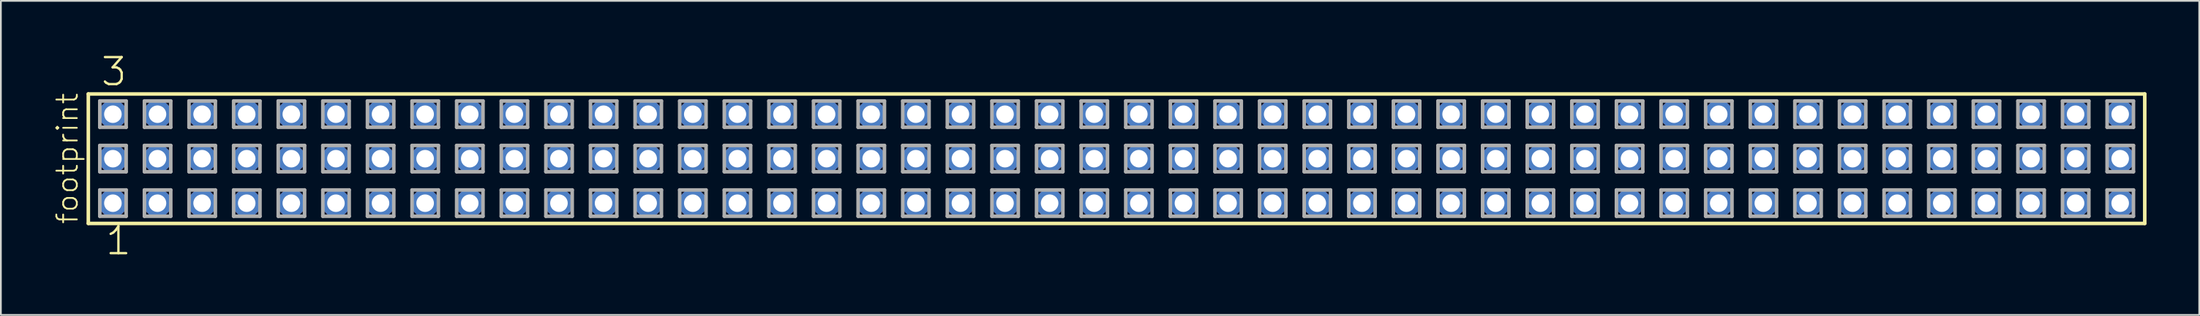
<source format=kicad_pcb>
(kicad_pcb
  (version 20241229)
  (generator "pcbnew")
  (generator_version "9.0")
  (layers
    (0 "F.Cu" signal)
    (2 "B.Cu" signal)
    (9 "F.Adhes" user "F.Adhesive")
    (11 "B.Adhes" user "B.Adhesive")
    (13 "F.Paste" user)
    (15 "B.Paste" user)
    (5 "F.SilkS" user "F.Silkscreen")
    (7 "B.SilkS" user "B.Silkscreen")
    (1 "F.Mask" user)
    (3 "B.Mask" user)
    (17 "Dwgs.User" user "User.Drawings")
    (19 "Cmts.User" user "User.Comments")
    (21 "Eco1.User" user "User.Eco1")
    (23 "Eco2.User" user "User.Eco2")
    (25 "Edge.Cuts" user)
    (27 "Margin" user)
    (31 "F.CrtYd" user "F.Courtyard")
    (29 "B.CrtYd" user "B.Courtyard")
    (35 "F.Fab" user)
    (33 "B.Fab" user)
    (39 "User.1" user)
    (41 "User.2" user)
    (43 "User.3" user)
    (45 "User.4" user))
  (footprint "footprint"
    (layer "F.Cu")
    (at 60.528 6.009)
    (property "Reference" "footprint" (at -59.055 3.81 90) (layer "F.SilkS") (effects (font (size 1.168 1.168) (thickness 0.102)) (justify left bottom)))
    (fp_line (start -58.549 -3.695) (end 58.549 -3.695) (stroke (width 0.203) (type solid)) (layer "F.SilkS"))
    (fp_line (start -58.549 3.695) (end -58.549 -3.695) (stroke (width 0.203) (type solid)) (layer "F.SilkS"))
    (fp_line (start 58.549 -3.695) (end 58.549 3.695) (stroke (width 0.203) (type solid)) (layer "F.SilkS"))
    (fp_line (start 58.549 3.695) (end -58.549 3.695) (stroke (width 0.203) (type solid)) (layer "F.SilkS"))
    (fp_line (start -57.895 -3.295) (end -56.395 -3.295) (stroke (width 0.203) (type solid)) (layer "F.Fab"))
    (fp_line (start -57.895 -1.795) (end -57.895 -3.295) (stroke (width 0.203) (type solid)) (layer "F.Fab"))
    (fp_line (start -57.895 -0.755) (end -56.395 -0.755) (stroke (width 0.203) (type solid)) (layer "F.Fab"))
    (fp_line (start -57.895 0.745) (end -57.895 -0.755) (stroke (width 0.203) (type solid)) (layer "F.Fab"))
    (fp_line (start -57.895 1.785) (end -56.395 1.785) (stroke (width 0.203) (type solid)) (layer "F.Fab"))
    (fp_line (start -57.895 3.285) (end -57.895 1.785) (stroke (width 0.203) (type solid)) (layer "F.Fab"))
    (fp_line (start -56.395 -3.295) (end -56.395 -1.795) (stroke (width 0.203) (type solid)) (layer "F.Fab"))
    (fp_line (start -56.395 -1.795) (end -57.895 -1.795) (stroke (width 0.203) (type solid)) (layer "F.Fab"))
    (fp_line (start -56.395 -0.755) (end -56.395 0.745) (stroke (width 0.203) (type solid)) (layer "F.Fab"))
    (fp_line (start -56.395 0.745) (end -57.895 0.745) (stroke (width 0.203) (type solid)) (layer "F.Fab"))
    (fp_line (start -56.395 1.785) (end -56.395 3.285) (stroke (width 0.203) (type solid)) (layer "F.Fab"))
    (fp_line (start -56.395 3.285) (end -57.895 3.285) (stroke (width 0.203) (type solid)) (layer "F.Fab"))
    (fp_line (start -55.355 -3.295) (end -53.855 -3.295) (stroke (width 0.203) (type solid)) (layer "F.Fab"))
    (fp_line (start -55.355 -1.795) (end -55.355 -3.295) (stroke (width 0.203) (type solid)) (layer "F.Fab"))
    (fp_line (start -55.355 -0.755) (end -53.855 -0.755) (stroke (width 0.203) (type solid)) (layer "F.Fab"))
    (fp_line (start -55.355 0.745) (end -55.355 -0.755) (stroke (width 0.203) (type solid)) (layer "F.Fab"))
    (fp_line (start -55.355 1.785) (end -53.855 1.785) (stroke (width 0.203) (type solid)) (layer "F.Fab"))
    (fp_line (start -55.355 3.285) (end -55.355 1.785) (stroke (width 0.203) (type solid)) (layer "F.Fab"))
    (fp_line (start -53.855 -3.295) (end -53.855 -1.795) (stroke (width 0.203) (type solid)) (layer "F.Fab"))
    (fp_line (start -53.855 -1.795) (end -55.355 -1.795) (stroke (width 0.203) (type solid)) (layer "F.Fab"))
    (fp_line (start -53.855 -0.755) (end -53.855 0.745) (stroke (width 0.203) (type solid)) (layer "F.Fab"))
    (fp_line (start -53.855 0.745) (end -55.355 0.745) (stroke (width 0.203) (type solid)) (layer "F.Fab"))
    (fp_line (start -53.855 1.785) (end -53.855 3.285) (stroke (width 0.203) (type solid)) (layer "F.Fab"))
    (fp_line (start -53.855 3.285) (end -55.355 3.285) (stroke (width 0.203) (type solid)) (layer "F.Fab"))
    (fp_line (start -52.815 -3.295) (end -51.315 -3.295) (stroke (width 0.203) (type solid)) (layer "F.Fab"))
    (fp_line (start -52.815 -1.795) (end -52.815 -3.295) (stroke (width 0.203) (type solid)) (layer "F.Fab"))
    (fp_line (start -52.815 -0.755) (end -51.315 -0.755) (stroke (width 0.203) (type solid)) (layer "F.Fab"))
    (fp_line (start -52.815 0.745) (end -52.815 -0.755) (stroke (width 0.203) (type solid)) (layer "F.Fab"))
    (fp_line (start -52.815 1.785) (end -51.315 1.785) (stroke (width 0.203) (type solid)) (layer "F.Fab"))
    (fp_line (start -52.815 3.285) (end -52.815 1.785) (stroke (width 0.203) (type solid)) (layer "F.Fab"))
    (fp_line (start -51.315 -3.295) (end -51.315 -1.795) (stroke (width 0.203) (type solid)) (layer "F.Fab"))
    (fp_line (start -51.315 -1.795) (end -52.815 -1.795) (stroke (width 0.203) (type solid)) (layer "F.Fab"))
    (fp_line (start -51.315 -0.755) (end -51.315 0.745) (stroke (width 0.203) (type solid)) (layer "F.Fab"))
    (fp_line (start -51.315 0.745) (end -52.815 0.745) (stroke (width 0.203) (type solid)) (layer "F.Fab"))
    (fp_line (start -51.315 1.785) (end -51.315 3.285) (stroke (width 0.203) (type solid)) (layer "F.Fab"))
    (fp_line (start -51.315 3.285) (end -52.815 3.285) (stroke (width 0.203) (type solid)) (layer "F.Fab"))
    (fp_line (start -50.275 -3.295) (end -48.775 -3.295) (stroke (width 0.203) (type solid)) (layer "F.Fab"))
    (fp_line (start -50.275 -1.795) (end -50.275 -3.295) (stroke (width 0.203) (type solid)) (layer "F.Fab"))
    (fp_line (start -50.275 -0.755) (end -48.775 -0.755) (stroke (width 0.203) (type solid)) (layer "F.Fab"))
    (fp_line (start -50.275 0.745) (end -50.275 -0.755) (stroke (width 0.203) (type solid)) (layer "F.Fab"))
    (fp_line (start -50.275 1.785) (end -48.775 1.785) (stroke (width 0.203) (type solid)) (layer "F.Fab"))
    (fp_line (start -50.275 3.285) (end -50.275 1.785) (stroke (width 0.203) (type solid)) (layer "F.Fab"))
    (fp_line (start -48.775 -3.295) (end -48.775 -1.795) (stroke (width 0.203) (type solid)) (layer "F.Fab"))
    (fp_line (start -48.775 -1.795) (end -50.275 -1.795) (stroke (width 0.203) (type solid)) (layer "F.Fab"))
    (fp_line (start -48.775 -0.755) (end -48.775 0.745) (stroke (width 0.203) (type solid)) (layer "F.Fab"))
    (fp_line (start -48.775 0.745) (end -50.275 0.745) (stroke (width 0.203) (type solid)) (layer "F.Fab"))
    (fp_line (start -48.775 1.785) (end -48.775 3.285) (stroke (width 0.203) (type solid)) (layer "F.Fab"))
    (fp_line (start -48.775 3.285) (end -50.275 3.285) (stroke (width 0.203) (type solid)) (layer "F.Fab"))
    (fp_line (start -47.735 -3.295) (end -46.235 -3.295) (stroke (width 0.203) (type solid)) (layer "F.Fab"))
    (fp_line (start -47.735 -1.795) (end -47.735 -3.295) (stroke (width 0.203) (type solid)) (layer "F.Fab"))
    (fp_line (start -47.735 -0.755) (end -46.235 -0.755) (stroke (width 0.203) (type solid)) (layer "F.Fab"))
    (fp_line (start -47.735 0.745) (end -47.735 -0.755) (stroke (width 0.203) (type solid)) (layer "F.Fab"))
    (fp_line (start -47.735 1.785) (end -46.235 1.785) (stroke (width 0.203) (type solid)) (layer "F.Fab"))
    (fp_line (start -47.735 3.285) (end -47.735 1.785) (stroke (width 0.203) (type solid)) (layer "F.Fab"))
    (fp_line (start -46.235 -3.295) (end -46.235 -1.795) (stroke (width 0.203) (type solid)) (layer "F.Fab"))
    (fp_line (start -46.235 -1.795) (end -47.735 -1.795) (stroke (width 0.203) (type solid)) (layer "F.Fab"))
    (fp_line (start -46.235 -0.755) (end -46.235 0.745) (stroke (width 0.203) (type solid)) (layer "F.Fab"))
    (fp_line (start -46.235 0.745) (end -47.735 0.745) (stroke (width 0.203) (type solid)) (layer "F.Fab"))
    (fp_line (start -46.235 1.785) (end -46.235 3.285) (stroke (width 0.203) (type solid)) (layer "F.Fab"))
    (fp_line (start -46.235 3.285) (end -47.735 3.285) (stroke (width 0.203) (type solid)) (layer "F.Fab"))
    (fp_line (start -45.195 -3.295) (end -43.695 -3.295) (stroke (width 0.203) (type solid)) (layer "F.Fab"))
    (fp_line (start -45.195 -1.795) (end -45.195 -3.295) (stroke (width 0.203) (type solid)) (layer "F.Fab"))
    (fp_line (start -45.195 -0.755) (end -43.695 -0.755) (stroke (width 0.203) (type solid)) (layer "F.Fab"))
    (fp_line (start -45.195 0.745) (end -45.195 -0.755) (stroke (width 0.203) (type solid)) (layer "F.Fab"))
    (fp_line (start -45.195 1.785) (end -43.695 1.785) (stroke (width 0.203) (type solid)) (layer "F.Fab"))
    (fp_line (start -45.195 3.285) (end -45.195 1.785) (stroke (width 0.203) (type solid)) (layer "F.Fab"))
    (fp_line (start -43.695 -3.295) (end -43.695 -1.795) (stroke (width 0.203) (type solid)) (layer "F.Fab"))
    (fp_line (start -43.695 -1.795) (end -45.195 -1.795) (stroke (width 0.203) (type solid)) (layer "F.Fab"))
    (fp_line (start -43.695 -0.755) (end -43.695 0.745) (stroke (width 0.203) (type solid)) (layer "F.Fab"))
    (fp_line (start -43.695 0.745) (end -45.195 0.745) (stroke (width 0.203) (type solid)) (layer "F.Fab"))
    (fp_line (start -43.695 1.785) (end -43.695 3.285) (stroke (width 0.203) (type solid)) (layer "F.Fab"))
    (fp_line (start -43.695 3.285) (end -45.195 3.285) (stroke (width 0.203) (type solid)) (layer "F.Fab"))
    (fp_line (start -42.655 -3.295) (end -41.155 -3.295) (stroke (width 0.203) (type solid)) (layer "F.Fab"))
    (fp_line (start -42.655 -1.795) (end -42.655 -3.295) (stroke (width 0.203) (type solid)) (layer "F.Fab"))
    (fp_line (start -42.655 -0.755) (end -41.155 -0.755) (stroke (width 0.203) (type solid)) (layer "F.Fab"))
    (fp_line (start -42.655 0.745) (end -42.655 -0.755) (stroke (width 0.203) (type solid)) (layer "F.Fab"))
    (fp_line (start -42.655 1.785) (end -41.155 1.785) (stroke (width 0.203) (type solid)) (layer "F.Fab"))
    (fp_line (start -42.655 3.285) (end -42.655 1.785) (stroke (width 0.203) (type solid)) (layer "F.Fab"))
    (fp_line (start -41.155 -3.295) (end -41.155 -1.795) (stroke (width 0.203) (type solid)) (layer "F.Fab"))
    (fp_line (start -41.155 -1.795) (end -42.655 -1.795) (stroke (width 0.203) (type solid)) (layer "F.Fab"))
    (fp_line (start -41.155 -0.755) (end -41.155 0.745) (stroke (width 0.203) (type solid)) (layer "F.Fab"))
    (fp_line (start -41.155 0.745) (end -42.655 0.745) (stroke (width 0.203) (type solid)) (layer "F.Fab"))
    (fp_line (start -41.155 1.785) (end -41.155 3.285) (stroke (width 0.203) (type solid)) (layer "F.Fab"))
    (fp_line (start -41.155 3.285) (end -42.655 3.285) (stroke (width 0.203) (type solid)) (layer "F.Fab"))
    (fp_line (start -40.115 -3.295) (end -38.615 -3.295) (stroke (width 0.203) (type solid)) (layer "F.Fab"))
    (fp_line (start -40.115 -1.795) (end -40.115 -3.295) (stroke (width 0.203) (type solid)) (layer "F.Fab"))
    (fp_line (start -40.115 -0.755) (end -38.615 -0.755) (stroke (width 0.203) (type solid)) (layer "F.Fab"))
    (fp_line (start -40.115 0.745) (end -40.115 -0.755) (stroke (width 0.203) (type solid)) (layer "F.Fab"))
    (fp_line (start -40.115 1.785) (end -38.615 1.785) (stroke (width 0.203) (type solid)) (layer "F.Fab"))
    (fp_line (start -40.115 3.285) (end -40.115 1.785) (stroke (width 0.203) (type solid)) (layer "F.Fab"))
    (fp_line (start -38.615 -3.295) (end -38.615 -1.795) (stroke (width 0.203) (type solid)) (layer "F.Fab"))
    (fp_line (start -38.615 -1.795) (end -40.115 -1.795) (stroke (width 0.203) (type solid)) (layer "F.Fab"))
    (fp_line (start -38.615 -0.755) (end -38.615 0.745) (stroke (width 0.203) (type solid)) (layer "F.Fab"))
    (fp_line (start -38.615 0.745) (end -40.115 0.745) (stroke (width 0.203) (type solid)) (layer "F.Fab"))
    (fp_line (start -38.615 1.785) (end -38.615 3.285) (stroke (width 0.203) (type solid)) (layer "F.Fab"))
    (fp_line (start -38.615 3.285) (end -40.115 3.285) (stroke (width 0.203) (type solid)) (layer "F.Fab"))
    (fp_line (start -37.575 -3.295) (end -36.075 -3.295) (stroke (width 0.203) (type solid)) (layer "F.Fab"))
    (fp_line (start -37.575 -1.795) (end -37.575 -3.295) (stroke (width 0.203) (type solid)) (layer "F.Fab"))
    (fp_line (start -37.575 -0.755) (end -36.075 -0.755) (stroke (width 0.203) (type solid)) (layer "F.Fab"))
    (fp_line (start -37.575 0.745) (end -37.575 -0.755) (stroke (width 0.203) (type solid)) (layer "F.Fab"))
    (fp_line (start -37.575 1.785) (end -36.075 1.785) (stroke (width 0.203) (type solid)) (layer "F.Fab"))
    (fp_line (start -37.575 3.285) (end -37.575 1.785) (stroke (width 0.203) (type solid)) (layer "F.Fab"))
    (fp_line (start -36.075 -3.295) (end -36.075 -1.795) (stroke (width 0.203) (type solid)) (layer "F.Fab"))
    (fp_line (start -36.075 -1.795) (end -37.575 -1.795) (stroke (width 0.203) (type solid)) (layer "F.Fab"))
    (fp_line (start -36.075 -0.755) (end -36.075 0.745) (stroke (width 0.203) (type solid)) (layer "F.Fab"))
    (fp_line (start -36.075 0.745) (end -37.575 0.745) (stroke (width 0.203) (type solid)) (layer "F.Fab"))
    (fp_line (start -36.075 1.785) (end -36.075 3.285) (stroke (width 0.203) (type solid)) (layer "F.Fab"))
    (fp_line (start -36.075 3.285) (end -37.575 3.285) (stroke (width 0.203) (type solid)) (layer "F.Fab"))
    (fp_line (start -35.035 -3.295) (end -33.535 -3.295) (stroke (width 0.203) (type solid)) (layer "F.Fab"))
    (fp_line (start -35.035 -1.795) (end -35.035 -3.295) (stroke (width 0.203) (type solid)) (layer "F.Fab"))
    (fp_line (start -35.035 -0.755) (end -33.535 -0.755) (stroke (width 0.203) (type solid)) (layer "F.Fab"))
    (fp_line (start -35.035 0.745) (end -35.035 -0.755) (stroke (width 0.203) (type solid)) (layer "F.Fab"))
    (fp_line (start -35.035 1.785) (end -33.535 1.785) (stroke (width 0.203) (type solid)) (layer "F.Fab"))
    (fp_line (start -35.035 3.285) (end -35.035 1.785) (stroke (width 0.203) (type solid)) (layer "F.Fab"))
    (fp_line (start -33.535 -3.295) (end -33.535 -1.795) (stroke (width 0.203) (type solid)) (layer "F.Fab"))
    (fp_line (start -33.535 -1.795) (end -35.035 -1.795) (stroke (width 0.203) (type solid)) (layer "F.Fab"))
    (fp_line (start -33.535 -0.755) (end -33.535 0.745) (stroke (width 0.203) (type solid)) (layer "F.Fab"))
    (fp_line (start -33.535 0.745) (end -35.035 0.745) (stroke (width 0.203) (type solid)) (layer "F.Fab"))
    (fp_line (start -33.535 1.785) (end -33.535 3.285) (stroke (width 0.203) (type solid)) (layer "F.Fab"))
    (fp_line (start -33.535 3.285) (end -35.035 3.285) (stroke (width 0.203) (type solid)) (layer "F.Fab"))
    (fp_line (start -32.495 -3.295) (end -30.995 -3.295) (stroke (width 0.203) (type solid)) (layer "F.Fab"))
    (fp_line (start -32.495 -1.795) (end -32.495 -3.295) (stroke (width 0.203) (type solid)) (layer "F.Fab"))
    (fp_line (start -32.495 -0.755) (end -30.995 -0.755) (stroke (width 0.203) (type solid)) (layer "F.Fab"))
    (fp_line (start -32.495 0.745) (end -32.495 -0.755) (stroke (width 0.203) (type solid)) (layer "F.Fab"))
    (fp_line (start -32.495 1.785) (end -30.995 1.785) (stroke (width 0.203) (type solid)) (layer "F.Fab"))
    (fp_line (start -32.495 3.285) (end -32.495 1.785) (stroke (width 0.203) (type solid)) (layer "F.Fab"))
    (fp_line (start -30.995 -3.295) (end -30.995 -1.795) (stroke (width 0.203) (type solid)) (layer "F.Fab"))
    (fp_line (start -30.995 -1.795) (end -32.495 -1.795) (stroke (width 0.203) (type solid)) (layer "F.Fab"))
    (fp_line (start -30.995 -0.755) (end -30.995 0.745) (stroke (width 0.203) (type solid)) (layer "F.Fab"))
    (fp_line (start -30.995 0.745) (end -32.495 0.745) (stroke (width 0.203) (type solid)) (layer "F.Fab"))
    (fp_line (start -30.995 1.785) (end -30.995 3.285) (stroke (width 0.203) (type solid)) (layer "F.Fab"))
    (fp_line (start -30.995 3.285) (end -32.495 3.285) (stroke (width 0.203) (type solid)) (layer "F.Fab"))
    (fp_line (start -29.955 -3.295) (end -28.455 -3.295) (stroke (width 0.203) (type solid)) (layer "F.Fab"))
    (fp_line (start -29.955 -1.795) (end -29.955 -3.295) (stroke (width 0.203) (type solid)) (layer "F.Fab"))
    (fp_line (start -29.955 -0.755) (end -28.455 -0.755) (stroke (width 0.203) (type solid)) (layer "F.Fab"))
    (fp_line (start -29.955 0.745) (end -29.955 -0.755) (stroke (width 0.203) (type solid)) (layer "F.Fab"))
    (fp_line (start -29.955 1.785) (end -28.455 1.785) (stroke (width 0.203) (type solid)) (layer "F.Fab"))
    (fp_line (start -29.955 3.285) (end -29.955 1.785) (stroke (width 0.203) (type solid)) (layer "F.Fab"))
    (fp_line (start -28.455 -3.295) (end -28.455 -1.795) (stroke (width 0.203) (type solid)) (layer "F.Fab"))
    (fp_line (start -28.455 -1.795) (end -29.955 -1.795) (stroke (width 0.203) (type solid)) (layer "F.Fab"))
    (fp_line (start -28.455 -0.755) (end -28.455 0.745) (stroke (width 0.203) (type solid)) (layer "F.Fab"))
    (fp_line (start -28.455 0.745) (end -29.955 0.745) (stroke (width 0.203) (type solid)) (layer "F.Fab"))
    (fp_line (start -28.455 1.785) (end -28.455 3.285) (stroke (width 0.203) (type solid)) (layer "F.Fab"))
    (fp_line (start -28.455 3.285) (end -29.955 3.285) (stroke (width 0.203) (type solid)) (layer "F.Fab"))
    (fp_line (start -27.415 -3.295) (end -25.915 -3.295) (stroke (width 0.203) (type solid)) (layer "F.Fab"))
    (fp_line (start -27.415 -1.795) (end -27.415 -3.295) (stroke (width 0.203) (type solid)) (layer "F.Fab"))
    (fp_line (start -27.415 -0.755) (end -25.915 -0.755) (stroke (width 0.203) (type solid)) (layer "F.Fab"))
    (fp_line (start -27.415 0.745) (end -27.415 -0.755) (stroke (width 0.203) (type solid)) (layer "F.Fab"))
    (fp_line (start -27.415 1.785) (end -25.915 1.785) (stroke (width 0.203) (type solid)) (layer "F.Fab"))
    (fp_line (start -27.415 3.285) (end -27.415 1.785) (stroke (width 0.203) (type solid)) (layer "F.Fab"))
    (fp_line (start -25.915 -3.295) (end -25.915 -1.795) (stroke (width 0.203) (type solid)) (layer "F.Fab"))
    (fp_line (start -25.915 -1.795) (end -27.415 -1.795) (stroke (width 0.203) (type solid)) (layer "F.Fab"))
    (fp_line (start -25.915 -0.755) (end -25.915 0.745) (stroke (width 0.203) (type solid)) (layer "F.Fab"))
    (fp_line (start -25.915 0.745) (end -27.415 0.745) (stroke (width 0.203) (type solid)) (layer "F.Fab"))
    (fp_line (start -25.915 1.785) (end -25.915 3.285) (stroke (width 0.203) (type solid)) (layer "F.Fab"))
    (fp_line (start -25.915 3.285) (end -27.415 3.285) (stroke (width 0.203) (type solid)) (layer "F.Fab"))
    (fp_line (start -24.875 -3.295) (end -23.375 -3.295) (stroke (width 0.203) (type solid)) (layer "F.Fab"))
    (fp_line (start -24.875 -1.795) (end -24.875 -3.295) (stroke (width 0.203) (type solid)) (layer "F.Fab"))
    (fp_line (start -24.875 -0.755) (end -23.375 -0.755) (stroke (width 0.203) (type solid)) (layer "F.Fab"))
    (fp_line (start -24.875 0.745) (end -24.875 -0.755) (stroke (width 0.203) (type solid)) (layer "F.Fab"))
    (fp_line (start -24.875 1.785) (end -23.375 1.785) (stroke (width 0.203) (type solid)) (layer "F.Fab"))
    (fp_line (start -24.875 3.285) (end -24.875 1.785) (stroke (width 0.203) (type solid)) (layer "F.Fab"))
    (fp_line (start -23.375 -3.295) (end -23.375 -1.795) (stroke (width 0.203) (type solid)) (layer "F.Fab"))
    (fp_line (start -23.375 -1.795) (end -24.875 -1.795) (stroke (width 0.203) (type solid)) (layer "F.Fab"))
    (fp_line (start -23.375 -0.755) (end -23.375 0.745) (stroke (width 0.203) (type solid)) (layer "F.Fab"))
    (fp_line (start -23.375 0.745) (end -24.875 0.745) (stroke (width 0.203) (type solid)) (layer "F.Fab"))
    (fp_line (start -23.375 1.785) (end -23.375 3.285) (stroke (width 0.203) (type solid)) (layer "F.Fab"))
    (fp_line (start -23.375 3.285) (end -24.875 3.285) (stroke (width 0.203) (type solid)) (layer "F.Fab"))
    (fp_line (start -22.335 -3.295) (end -20.835 -3.295) (stroke (width 0.203) (type solid)) (layer "F.Fab"))
    (fp_line (start -22.335 -1.795) (end -22.335 -3.295) (stroke (width 0.203) (type solid)) (layer "F.Fab"))
    (fp_line (start -22.335 -0.755) (end -20.835 -0.755) (stroke (width 0.203) (type solid)) (layer "F.Fab"))
    (fp_line (start -22.335 0.745) (end -22.335 -0.755) (stroke (width 0.203) (type solid)) (layer "F.Fab"))
    (fp_line (start -22.335 1.785) (end -20.835 1.785) (stroke (width 0.203) (type solid)) (layer "F.Fab"))
    (fp_line (start -22.335 3.285) (end -22.335 1.785) (stroke (width 0.203) (type solid)) (layer "F.Fab"))
    (fp_line (start -20.835 -3.295) (end -20.835 -1.795) (stroke (width 0.203) (type solid)) (layer "F.Fab"))
    (fp_line (start -20.835 -1.795) (end -22.335 -1.795) (stroke (width 0.203) (type solid)) (layer "F.Fab"))
    (fp_line (start -20.835 -0.755) (end -20.835 0.745) (stroke (width 0.203) (type solid)) (layer "F.Fab"))
    (fp_line (start -20.835 0.745) (end -22.335 0.745) (stroke (width 0.203) (type solid)) (layer "F.Fab"))
    (fp_line (start -20.835 1.785) (end -20.835 3.285) (stroke (width 0.203) (type solid)) (layer "F.Fab"))
    (fp_line (start -20.835 3.285) (end -22.335 3.285) (stroke (width 0.203) (type solid)) (layer "F.Fab"))
    (fp_line (start -19.795 -3.295) (end -18.295 -3.295) (stroke (width 0.203) (type solid)) (layer "F.Fab"))
    (fp_line (start -19.795 -1.795) (end -19.795 -3.295) (stroke (width 0.203) (type solid)) (layer "F.Fab"))
    (fp_line (start -19.795 -0.755) (end -18.295 -0.755) (stroke (width 0.203) (type solid)) (layer "F.Fab"))
    (fp_line (start -19.795 0.745) (end -19.795 -0.755) (stroke (width 0.203) (type solid)) (layer "F.Fab"))
    (fp_line (start -19.795 1.785) (end -18.295 1.785) (stroke (width 0.203) (type solid)) (layer "F.Fab"))
    (fp_line (start -19.795 3.285) (end -19.795 1.785) (stroke (width 0.203) (type solid)) (layer "F.Fab"))
    (fp_line (start -18.295 -3.295) (end -18.295 -1.795) (stroke (width 0.203) (type solid)) (layer "F.Fab"))
    (fp_line (start -18.295 -1.795) (end -19.795 -1.795) (stroke (width 0.203) (type solid)) (layer "F.Fab"))
    (fp_line (start -18.295 -0.755) (end -18.295 0.745) (stroke (width 0.203) (type solid)) (layer "F.Fab"))
    (fp_line (start -18.295 0.745) (end -19.795 0.745) (stroke (width 0.203) (type solid)) (layer "F.Fab"))
    (fp_line (start -18.295 1.785) (end -18.295 3.285) (stroke (width 0.203) (type solid)) (layer "F.Fab"))
    (fp_line (start -18.295 3.285) (end -19.795 3.285) (stroke (width 0.203) (type solid)) (layer "F.Fab"))
    (fp_line (start -17.255 -3.295) (end -15.755 -3.295) (stroke (width 0.203) (type solid)) (layer "F.Fab"))
    (fp_line (start -17.255 -1.795) (end -17.255 -3.295) (stroke (width 0.203) (type solid)) (layer "F.Fab"))
    (fp_line (start -17.255 -0.755) (end -15.755 -0.755) (stroke (width 0.203) (type solid)) (layer "F.Fab"))
    (fp_line (start -17.255 0.745) (end -17.255 -0.755) (stroke (width 0.203) (type solid)) (layer "F.Fab"))
    (fp_line (start -17.255 1.785) (end -15.755 1.785) (stroke (width 0.203) (type solid)) (layer "F.Fab"))
    (fp_line (start -17.255 3.285) (end -17.255 1.785) (stroke (width 0.203) (type solid)) (layer "F.Fab"))
    (fp_line (start -15.755 -3.295) (end -15.755 -1.795) (stroke (width 0.203) (type solid)) (layer "F.Fab"))
    (fp_line (start -15.755 -1.795) (end -17.255 -1.795) (stroke (width 0.203) (type solid)) (layer "F.Fab"))
    (fp_line (start -15.755 -0.755) (end -15.755 0.745) (stroke (width 0.203) (type solid)) (layer "F.Fab"))
    (fp_line (start -15.755 0.745) (end -17.255 0.745) (stroke (width 0.203) (type solid)) (layer "F.Fab"))
    (fp_line (start -15.755 1.785) (end -15.755 3.285) (stroke (width 0.203) (type solid)) (layer "F.Fab"))
    (fp_line (start -15.755 3.285) (end -17.255 3.285) (stroke (width 0.203) (type solid)) (layer "F.Fab"))
    (fp_line (start -14.715 -3.295) (end -13.215 -3.295) (stroke (width 0.203) (type solid)) (layer "F.Fab"))
    (fp_line (start -14.715 -1.795) (end -14.715 -3.295) (stroke (width 0.203) (type solid)) (layer "F.Fab"))
    (fp_line (start -14.715 -0.755) (end -13.215 -0.755) (stroke (width 0.203) (type solid)) (layer "F.Fab"))
    (fp_line (start -14.715 0.745) (end -14.715 -0.755) (stroke (width 0.203) (type solid)) (layer "F.Fab"))
    (fp_line (start -14.715 1.785) (end -13.215 1.785) (stroke (width 0.203) (type solid)) (layer "F.Fab"))
    (fp_line (start -14.715 3.285) (end -14.715 1.785) (stroke (width 0.203) (type solid)) (layer "F.Fab"))
    (fp_line (start -13.215 -3.295) (end -13.215 -1.795) (stroke (width 0.203) (type solid)) (layer "F.Fab"))
    (fp_line (start -13.215 -1.795) (end -14.715 -1.795) (stroke (width 0.203) (type solid)) (layer "F.Fab"))
    (fp_line (start -13.215 -0.755) (end -13.215 0.745) (stroke (width 0.203) (type solid)) (layer "F.Fab"))
    (fp_line (start -13.215 0.745) (end -14.715 0.745) (stroke (width 0.203) (type solid)) (layer "F.Fab"))
    (fp_line (start -13.215 1.785) (end -13.215 3.285) (stroke (width 0.203) (type solid)) (layer "F.Fab"))
    (fp_line (start -13.215 3.285) (end -14.715 3.285) (stroke (width 0.203) (type solid)) (layer "F.Fab"))
    (fp_line (start -12.175 -3.295) (end -10.675 -3.295) (stroke (width 0.203) (type solid)) (layer "F.Fab"))
    (fp_line (start -12.175 -1.795) (end -12.175 -3.295) (stroke (width 0.203) (type solid)) (layer "F.Fab"))
    (fp_line (start -12.175 -0.755) (end -10.675 -0.755) (stroke (width 0.203) (type solid)) (layer "F.Fab"))
    (fp_line (start -12.175 0.745) (end -12.175 -0.755) (stroke (width 0.203) (type solid)) (layer "F.Fab"))
    (fp_line (start -12.175 1.785) (end -10.675 1.785) (stroke (width 0.203) (type solid)) (layer "F.Fab"))
    (fp_line (start -12.175 3.285) (end -12.175 1.785) (stroke (width 0.203) (type solid)) (layer "F.Fab"))
    (fp_line (start -10.675 -3.295) (end -10.675 -1.795) (stroke (width 0.203) (type solid)) (layer "F.Fab"))
    (fp_line (start -10.675 -1.795) (end -12.175 -1.795) (stroke (width 0.203) (type solid)) (layer "F.Fab"))
    (fp_line (start -10.675 -0.755) (end -10.675 0.745) (stroke (width 0.203) (type solid)) (layer "F.Fab"))
    (fp_line (start -10.675 0.745) (end -12.175 0.745) (stroke (width 0.203) (type solid)) (layer "F.Fab"))
    (fp_line (start -10.675 1.785) (end -10.675 3.285) (stroke (width 0.203) (type solid)) (layer "F.Fab"))
    (fp_line (start -10.675 3.285) (end -12.175 3.285) (stroke (width 0.203) (type solid)) (layer "F.Fab"))
    (fp_line (start -9.635 -3.295) (end -8.135 -3.295) (stroke (width 0.203) (type solid)) (layer "F.Fab"))
    (fp_line (start -9.635 -1.795) (end -9.635 -3.295) (stroke (width 0.203) (type solid)) (layer "F.Fab"))
    (fp_line (start -9.635 -0.755) (end -8.135 -0.755) (stroke (width 0.203) (type solid)) (layer "F.Fab"))
    (fp_line (start -9.635 0.745) (end -9.635 -0.755) (stroke (width 0.203) (type solid)) (layer "F.Fab"))
    (fp_line (start -9.635 1.785) (end -8.135 1.785) (stroke (width 0.203) (type solid)) (layer "F.Fab"))
    (fp_line (start -9.635 3.285) (end -9.635 1.785) (stroke (width 0.203) (type solid)) (layer "F.Fab"))
    (fp_line (start -8.135 -3.295) (end -8.135 -1.795) (stroke (width 0.203) (type solid)) (layer "F.Fab"))
    (fp_line (start -8.135 -1.795) (end -9.635 -1.795) (stroke (width 0.203) (type solid)) (layer "F.Fab"))
    (fp_line (start -8.135 -0.755) (end -8.135 0.745) (stroke (width 0.203) (type solid)) (layer "F.Fab"))
    (fp_line (start -8.135 0.745) (end -9.635 0.745) (stroke (width 0.203) (type solid)) (layer "F.Fab"))
    (fp_line (start -8.135 1.785) (end -8.135 3.285) (stroke (width 0.203) (type solid)) (layer "F.Fab"))
    (fp_line (start -8.135 3.285) (end -9.635 3.285) (stroke (width 0.203) (type solid)) (layer "F.Fab"))
    (fp_line (start -7.095 -3.295) (end -5.595 -3.295) (stroke (width 0.203) (type solid)) (layer "F.Fab"))
    (fp_line (start -7.095 -1.795) (end -7.095 -3.295) (stroke (width 0.203) (type solid)) (layer "F.Fab"))
    (fp_line (start -7.095 -0.755) (end -5.595 -0.755) (stroke (width 0.203) (type solid)) (layer "F.Fab"))
    (fp_line (start -7.095 0.745) (end -7.095 -0.755) (stroke (width 0.203) (type solid)) (layer "F.Fab"))
    (fp_line (start -7.095 1.785) (end -5.595 1.785) (stroke (width 0.203) (type solid)) (layer "F.Fab"))
    (fp_line (start -7.095 3.285) (end -7.095 1.785) (stroke (width 0.203) (type solid)) (layer "F.Fab"))
    (fp_line (start -5.595 -3.295) (end -5.595 -1.795) (stroke (width 0.203) (type solid)) (layer "F.Fab"))
    (fp_line (start -5.595 -1.795) (end -7.095 -1.795) (stroke (width 0.203) (type solid)) (layer "F.Fab"))
    (fp_line (start -5.595 -0.755) (end -5.595 0.745) (stroke (width 0.203) (type solid)) (layer "F.Fab"))
    (fp_line (start -5.595 0.745) (end -7.095 0.745) (stroke (width 0.203) (type solid)) (layer "F.Fab"))
    (fp_line (start -5.595 1.785) (end -5.595 3.285) (stroke (width 0.203) (type solid)) (layer "F.Fab"))
    (fp_line (start -5.595 3.285) (end -7.095 3.285) (stroke (width 0.203) (type solid)) (layer "F.Fab"))
    (fp_line (start -4.555 -3.295) (end -3.055 -3.295) (stroke (width 0.203) (type solid)) (layer "F.Fab"))
    (fp_line (start -4.555 -1.795) (end -4.555 -3.295) (stroke (width 0.203) (type solid)) (layer "F.Fab"))
    (fp_line (start -4.555 -0.755) (end -3.055 -0.755) (stroke (width 0.203) (type solid)) (layer "F.Fab"))
    (fp_line (start -4.555 0.745) (end -4.555 -0.755) (stroke (width 0.203) (type solid)) (layer "F.Fab"))
    (fp_line (start -4.555 1.785) (end -3.055 1.785) (stroke (width 0.203) (type solid)) (layer "F.Fab"))
    (fp_line (start -4.555 3.285) (end -4.555 1.785) (stroke (width 0.203) (type solid)) (layer "F.Fab"))
    (fp_line (start -3.055 -3.295) (end -3.055 -1.795) (stroke (width 0.203) (type solid)) (layer "F.Fab"))
    (fp_line (start -3.055 -1.795) (end -4.555 -1.795) (stroke (width 0.203) (type solid)) (layer "F.Fab"))
    (fp_line (start -3.055 -0.755) (end -3.055 0.745) (stroke (width 0.203) (type solid)) (layer "F.Fab"))
    (fp_line (start -3.055 0.745) (end -4.555 0.745) (stroke (width 0.203) (type solid)) (layer "F.Fab"))
    (fp_line (start -3.055 1.785) (end -3.055 3.285) (stroke (width 0.203) (type solid)) (layer "F.Fab"))
    (fp_line (start -3.055 3.285) (end -4.555 3.285) (stroke (width 0.203) (type solid)) (layer "F.Fab"))
    (fp_line (start -2.015 -3.295) (end -0.515 -3.295) (stroke (width 0.203) (type solid)) (layer "F.Fab"))
    (fp_line (start -2.015 -1.795) (end -2.015 -3.295) (stroke (width 0.203) (type solid)) (layer "F.Fab"))
    (fp_line (start -2.015 -0.755) (end -0.515 -0.755) (stroke (width 0.203) (type solid)) (layer "F.Fab"))
    (fp_line (start -2.015 0.745) (end -2.015 -0.755) (stroke (width 0.203) (type solid)) (layer "F.Fab"))
    (fp_line (start -2.015 1.785) (end -0.515 1.785) (stroke (width 0.203) (type solid)) (layer "F.Fab"))
    (fp_line (start -2.015 3.285) (end -2.015 1.785) (stroke (width 0.203) (type solid)) (layer "F.Fab"))
    (fp_line (start -0.515 -3.295) (end -0.515 -1.795) (stroke (width 0.203) (type solid)) (layer "F.Fab"))
    (fp_line (start -0.515 -1.795) (end -2.015 -1.795) (stroke (width 0.203) (type solid)) (layer "F.Fab"))
    (fp_line (start -0.515 -0.755) (end -0.515 0.745) (stroke (width 0.203) (type solid)) (layer "F.Fab"))
    (fp_line (start -0.515 0.745) (end -2.015 0.745) (stroke (width 0.203) (type solid)) (layer "F.Fab"))
    (fp_line (start -0.515 1.785) (end -0.515 3.285) (stroke (width 0.203) (type solid)) (layer "F.Fab"))
    (fp_line (start -0.515 3.285) (end -2.015 3.285) (stroke (width 0.203) (type solid)) (layer "F.Fab"))
    (fp_line (start 0.525 -3.295) (end 2.025 -3.295) (stroke (width 0.203) (type solid)) (layer "F.Fab"))
    (fp_line (start 0.525 -1.795) (end 0.525 -3.295) (stroke (width 0.203) (type solid)) (layer "F.Fab"))
    (fp_line (start 0.525 -0.755) (end 2.025 -0.755) (stroke (width 0.203) (type solid)) (layer "F.Fab"))
    (fp_line (start 0.525 0.745) (end 0.525 -0.755) (stroke (width 0.203) (type solid)) (layer "F.Fab"))
    (fp_line (start 0.525 1.785) (end 2.025 1.785) (stroke (width 0.203) (type solid)) (layer "F.Fab"))
    (fp_line (start 0.525 3.285) (end 0.525 1.785) (stroke (width 0.203) (type solid)) (layer "F.Fab"))
    (fp_line (start 2.025 -3.295) (end 2.025 -1.795) (stroke (width 0.203) (type solid)) (layer "F.Fab"))
    (fp_line (start 2.025 -1.795) (end 0.525 -1.795) (stroke (width 0.203) (type solid)) (layer "F.Fab"))
    (fp_line (start 2.025 -0.755) (end 2.025 0.745) (stroke (width 0.203) (type solid)) (layer "F.Fab"))
    (fp_line (start 2.025 0.745) (end 0.525 0.745) (stroke (width 0.203) (type solid)) (layer "F.Fab"))
    (fp_line (start 2.025 1.785) (end 2.025 3.285) (stroke (width 0.203) (type solid)) (layer "F.Fab"))
    (fp_line (start 2.025 3.285) (end 0.525 3.285) (stroke (width 0.203) (type solid)) (layer "F.Fab"))
    (fp_line (start 3.065 -3.295) (end 4.565 -3.295) (stroke (width 0.203) (type solid)) (layer "F.Fab"))
    (fp_line (start 3.065 -1.795) (end 3.065 -3.295) (stroke (width 0.203) (type solid)) (layer "F.Fab"))
    (fp_line (start 3.065 -0.755) (end 4.565 -0.755) (stroke (width 0.203) (type solid)) (layer "F.Fab"))
    (fp_line (start 3.065 0.745) (end 3.065 -0.755) (stroke (width 0.203) (type solid)) (layer "F.Fab"))
    (fp_line (start 3.065 1.785) (end 4.565 1.785) (stroke (width 0.203) (type solid)) (layer "F.Fab"))
    (fp_line (start 3.065 3.285) (end 3.065 1.785) (stroke (width 0.203) (type solid)) (layer "F.Fab"))
    (fp_line (start 4.565 -3.295) (end 4.565 -1.795) (stroke (width 0.203) (type solid)) (layer "F.Fab"))
    (fp_line (start 4.565 -1.795) (end 3.065 -1.795) (stroke (width 0.203) (type solid)) (layer "F.Fab"))
    (fp_line (start 4.565 -0.755) (end 4.565 0.745) (stroke (width 0.203) (type solid)) (layer "F.Fab"))
    (fp_line (start 4.565 0.745) (end 3.065 0.745) (stroke (width 0.203) (type solid)) (layer "F.Fab"))
    (fp_line (start 4.565 1.785) (end 4.565 3.285) (stroke (width 0.203) (type solid)) (layer "F.Fab"))
    (fp_line (start 4.565 3.285) (end 3.065 3.285) (stroke (width 0.203) (type solid)) (layer "F.Fab"))
    (fp_line (start 5.605 -3.295) (end 7.105 -3.295) (stroke (width 0.203) (type solid)) (layer "F.Fab"))
    (fp_line (start 5.605 -1.795) (end 5.605 -3.295) (stroke (width 0.203) (type solid)) (layer "F.Fab"))
    (fp_line (start 5.605 -0.755) (end 7.105 -0.755) (stroke (width 0.203) (type solid)) (layer "F.Fab"))
    (fp_line (start 5.605 0.745) (end 5.605 -0.755) (stroke (width 0.203) (type solid)) (layer "F.Fab"))
    (fp_line (start 5.605 1.785) (end 7.105 1.785) (stroke (width 0.203) (type solid)) (layer "F.Fab"))
    (fp_line (start 5.605 3.285) (end 5.605 1.785) (stroke (width 0.203) (type solid)) (layer "F.Fab"))
    (fp_line (start 7.105 -3.295) (end 7.105 -1.795) (stroke (width 0.203) (type solid)) (layer "F.Fab"))
    (fp_line (start 7.105 -1.795) (end 5.605 -1.795) (stroke (width 0.203) (type solid)) (layer "F.Fab"))
    (fp_line (start 7.105 -0.755) (end 7.105 0.745) (stroke (width 0.203) (type solid)) (layer "F.Fab"))
    (fp_line (start 7.105 0.745) (end 5.605 0.745) (stroke (width 0.203) (type solid)) (layer "F.Fab"))
    (fp_line (start 7.105 1.785) (end 7.105 3.285) (stroke (width 0.203) (type solid)) (layer "F.Fab"))
    (fp_line (start 7.105 3.285) (end 5.605 3.285) (stroke (width 0.203) (type solid)) (layer "F.Fab"))
    (fp_line (start 8.145 -3.295) (end 9.645 -3.295) (stroke (width 0.203) (type solid)) (layer "F.Fab"))
    (fp_line (start 8.145 -1.795) (end 8.145 -3.295) (stroke (width 0.203) (type solid)) (layer "F.Fab"))
    (fp_line (start 8.145 -0.755) (end 9.645 -0.755) (stroke (width 0.203) (type solid)) (layer "F.Fab"))
    (fp_line (start 8.145 0.745) (end 8.145 -0.755) (stroke (width 0.203) (type solid)) (layer "F.Fab"))
    (fp_line (start 8.145 1.785) (end 9.645 1.785) (stroke (width 0.203) (type solid)) (layer "F.Fab"))
    (fp_line (start 8.145 3.285) (end 8.145 1.785) (stroke (width 0.203) (type solid)) (layer "F.Fab"))
    (fp_line (start 9.645 -3.295) (end 9.645 -1.795) (stroke (width 0.203) (type solid)) (layer "F.Fab"))
    (fp_line (start 9.645 -1.795) (end 8.145 -1.795) (stroke (width 0.203) (type solid)) (layer "F.Fab"))
    (fp_line (start 9.645 -0.755) (end 9.645 0.745) (stroke (width 0.203) (type solid)) (layer "F.Fab"))
    (fp_line (start 9.645 0.745) (end 8.145 0.745) (stroke (width 0.203) (type solid)) (layer "F.Fab"))
    (fp_line (start 9.645 1.785) (end 9.645 3.285) (stroke (width 0.203) (type solid)) (layer "F.Fab"))
    (fp_line (start 9.645 3.285) (end 8.145 3.285) (stroke (width 0.203) (type solid)) (layer "F.Fab"))
    (fp_line (start 10.685 -3.295) (end 12.185 -3.295) (stroke (width 0.203) (type solid)) (layer "F.Fab"))
    (fp_line (start 10.685 -1.795) (end 10.685 -3.295) (stroke (width 0.203) (type solid)) (layer "F.Fab"))
    (fp_line (start 10.685 -0.755) (end 12.185 -0.755) (stroke (width 0.203) (type solid)) (layer "F.Fab"))
    (fp_line (start 10.685 0.745) (end 10.685 -0.755) (stroke (width 0.203) (type solid)) (layer "F.Fab"))
    (fp_line (start 10.685 1.785) (end 12.185 1.785) (stroke (width 0.203) (type solid)) (layer "F.Fab"))
    (fp_line (start 10.685 3.285) (end 10.685 1.785) (stroke (width 0.203) (type solid)) (layer "F.Fab"))
    (fp_line (start 12.185 -3.295) (end 12.185 -1.795) (stroke (width 0.203) (type solid)) (layer "F.Fab"))
    (fp_line (start 12.185 -1.795) (end 10.685 -1.795) (stroke (width 0.203) (type solid)) (layer "F.Fab"))
    (fp_line (start 12.185 -0.755) (end 12.185 0.745) (stroke (width 0.203) (type solid)) (layer "F.Fab"))
    (fp_line (start 12.185 0.745) (end 10.685 0.745) (stroke (width 0.203) (type solid)) (layer "F.Fab"))
    (fp_line (start 12.185 1.785) (end 12.185 3.285) (stroke (width 0.203) (type solid)) (layer "F.Fab"))
    (fp_line (start 12.185 3.285) (end 10.685 3.285) (stroke (width 0.203) (type solid)) (layer "F.Fab"))
    (fp_line (start 13.225 -3.295) (end 14.725 -3.295) (stroke (width 0.203) (type solid)) (layer "F.Fab"))
    (fp_line (start 13.225 -1.795) (end 13.225 -3.295) (stroke (width 0.203) (type solid)) (layer "F.Fab"))
    (fp_line (start 13.225 -0.755) (end 14.725 -0.755) (stroke (width 0.203) (type solid)) (layer "F.Fab"))
    (fp_line (start 13.225 0.745) (end 13.225 -0.755) (stroke (width 0.203) (type solid)) (layer "F.Fab"))
    (fp_line (start 13.225 1.785) (end 14.725 1.785) (stroke (width 0.203) (type solid)) (layer "F.Fab"))
    (fp_line (start 13.225 3.285) (end 13.225 1.785) (stroke (width 0.203) (type solid)) (layer "F.Fab"))
    (fp_line (start 14.725 -3.295) (end 14.725 -1.795) (stroke (width 0.203) (type solid)) (layer "F.Fab"))
    (fp_line (start 14.725 -1.795) (end 13.225 -1.795) (stroke (width 0.203) (type solid)) (layer "F.Fab"))
    (fp_line (start 14.725 -0.755) (end 14.725 0.745) (stroke (width 0.203) (type solid)) (layer "F.Fab"))
    (fp_line (start 14.725 0.745) (end 13.225 0.745) (stroke (width 0.203) (type solid)) (layer "F.Fab"))
    (fp_line (start 14.725 1.785) (end 14.725 3.285) (stroke (width 0.203) (type solid)) (layer "F.Fab"))
    (fp_line (start 14.725 3.285) (end 13.225 3.285) (stroke (width 0.203) (type solid)) (layer "F.Fab"))
    (fp_line (start 15.765 -3.295) (end 17.265 -3.295) (stroke (width 0.203) (type solid)) (layer "F.Fab"))
    (fp_line (start 15.765 -1.795) (end 15.765 -3.295) (stroke (width 0.203) (type solid)) (layer "F.Fab"))
    (fp_line (start 15.765 -0.755) (end 17.265 -0.755) (stroke (width 0.203) (type solid)) (layer "F.Fab"))
    (fp_line (start 15.765 0.745) (end 15.765 -0.755) (stroke (width 0.203) (type solid)) (layer "F.Fab"))
    (fp_line (start 15.765 1.785) (end 17.265 1.785) (stroke (width 0.203) (type solid)) (layer "F.Fab"))
    (fp_line (start 15.765 3.285) (end 15.765 1.785) (stroke (width 0.203) (type solid)) (layer "F.Fab"))
    (fp_line (start 17.265 -3.295) (end 17.265 -1.795) (stroke (width 0.203) (type solid)) (layer "F.Fab"))
    (fp_line (start 17.265 -1.795) (end 15.765 -1.795) (stroke (width 0.203) (type solid)) (layer "F.Fab"))
    (fp_line (start 17.265 -0.755) (end 17.265 0.745) (stroke (width 0.203) (type solid)) (layer "F.Fab"))
    (fp_line (start 17.265 0.745) (end 15.765 0.745) (stroke (width 0.203) (type solid)) (layer "F.Fab"))
    (fp_line (start 17.265 1.785) (end 17.265 3.285) (stroke (width 0.203) (type solid)) (layer "F.Fab"))
    (fp_line (start 17.265 3.285) (end 15.765 3.285) (stroke (width 0.203) (type solid)) (layer "F.Fab"))
    (fp_line (start 18.305 -3.295) (end 19.805 -3.295) (stroke (width 0.203) (type solid)) (layer "F.Fab"))
    (fp_line (start 18.305 -1.795) (end 18.305 -3.295) (stroke (width 0.203) (type solid)) (layer "F.Fab"))
    (fp_line (start 18.305 -0.755) (end 19.805 -0.755) (stroke (width 0.203) (type solid)) (layer "F.Fab"))
    (fp_line (start 18.305 0.745) (end 18.305 -0.755) (stroke (width 0.203) (type solid)) (layer "F.Fab"))
    (fp_line (start 18.305 1.785) (end 19.805 1.785) (stroke (width 0.203) (type solid)) (layer "F.Fab"))
    (fp_line (start 18.305 3.285) (end 18.305 1.785) (stroke (width 0.203) (type solid)) (layer "F.Fab"))
    (fp_line (start 19.805 -3.295) (end 19.805 -1.795) (stroke (width 0.203) (type solid)) (layer "F.Fab"))
    (fp_line (start 19.805 -1.795) (end 18.305 -1.795) (stroke (width 0.203) (type solid)) (layer "F.Fab"))
    (fp_line (start 19.805 -0.755) (end 19.805 0.745) (stroke (width 0.203) (type solid)) (layer "F.Fab"))
    (fp_line (start 19.805 0.745) (end 18.305 0.745) (stroke (width 0.203) (type solid)) (layer "F.Fab"))
    (fp_line (start 19.805 1.785) (end 19.805 3.285) (stroke (width 0.203) (type solid)) (layer "F.Fab"))
    (fp_line (start 19.805 3.285) (end 18.305 3.285) (stroke (width 0.203) (type solid)) (layer "F.Fab"))
    (fp_line (start 20.845 -3.295) (end 22.345 -3.295) (stroke (width 0.203) (type solid)) (layer "F.Fab"))
    (fp_line (start 20.845 -1.795) (end 20.845 -3.295) (stroke (width 0.203) (type solid)) (layer "F.Fab"))
    (fp_line (start 20.845 -0.755) (end 22.345 -0.755) (stroke (width 0.203) (type solid)) (layer "F.Fab"))
    (fp_line (start 20.845 0.745) (end 20.845 -0.755) (stroke (width 0.203) (type solid)) (layer "F.Fab"))
    (fp_line (start 20.845 1.785) (end 22.345 1.785) (stroke (width 0.203) (type solid)) (layer "F.Fab"))
    (fp_line (start 20.845 3.285) (end 20.845 1.785) (stroke (width 0.203) (type solid)) (layer "F.Fab"))
    (fp_line (start 22.345 -3.295) (end 22.345 -1.795) (stroke (width 0.203) (type solid)) (layer "F.Fab"))
    (fp_line (start 22.345 -1.795) (end 20.845 -1.795) (stroke (width 0.203) (type solid)) (layer "F.Fab"))
    (fp_line (start 22.345 -0.755) (end 22.345 0.745) (stroke (width 0.203) (type solid)) (layer "F.Fab"))
    (fp_line (start 22.345 0.745) (end 20.845 0.745) (stroke (width 0.203) (type solid)) (layer "F.Fab"))
    (fp_line (start 22.345 1.785) (end 22.345 3.285) (stroke (width 0.203) (type solid)) (layer "F.Fab"))
    (fp_line (start 22.345 3.285) (end 20.845 3.285) (stroke (width 0.203) (type solid)) (layer "F.Fab"))
    (fp_line (start 23.385 -3.295) (end 24.885 -3.295) (stroke (width 0.203) (type solid)) (layer "F.Fab"))
    (fp_line (start 23.385 -1.795) (end 23.385 -3.295) (stroke (width 0.203) (type solid)) (layer "F.Fab"))
    (fp_line (start 23.385 -0.755) (end 24.885 -0.755) (stroke (width 0.203) (type solid)) (layer "F.Fab"))
    (fp_line (start 23.385 0.745) (end 23.385 -0.755) (stroke (width 0.203) (type solid)) (layer "F.Fab"))
    (fp_line (start 23.385 1.785) (end 24.885 1.785) (stroke (width 0.203) (type solid)) (layer "F.Fab"))
    (fp_line (start 23.385 3.285) (end 23.385 1.785) (stroke (width 0.203) (type solid)) (layer "F.Fab"))
    (fp_line (start 24.885 -3.295) (end 24.885 -1.795) (stroke (width 0.203) (type solid)) (layer "F.Fab"))
    (fp_line (start 24.885 -1.795) (end 23.385 -1.795) (stroke (width 0.203) (type solid)) (layer "F.Fab"))
    (fp_line (start 24.885 -0.755) (end 24.885 0.745) (stroke (width 0.203) (type solid)) (layer "F.Fab"))
    (fp_line (start 24.885 0.745) (end 23.385 0.745) (stroke (width 0.203) (type solid)) (layer "F.Fab"))
    (fp_line (start 24.885 1.785) (end 24.885 3.285) (stroke (width 0.203) (type solid)) (layer "F.Fab"))
    (fp_line (start 24.885 3.285) (end 23.385 3.285) (stroke (width 0.203) (type solid)) (layer "F.Fab"))
    (fp_line (start 25.925 -3.295) (end 27.425 -3.295) (stroke (width 0.203) (type solid)) (layer "F.Fab"))
    (fp_line (start 25.925 -1.795) (end 25.925 -3.295) (stroke (width 0.203) (type solid)) (layer "F.Fab"))
    (fp_line (start 25.925 -0.755) (end 27.425 -0.755) (stroke (width 0.203) (type solid)) (layer "F.Fab"))
    (fp_line (start 25.925 0.745) (end 25.925 -0.755) (stroke (width 0.203) (type solid)) (layer "F.Fab"))
    (fp_line (start 25.925 1.785) (end 27.425 1.785) (stroke (width 0.203) (type solid)) (layer "F.Fab"))
    (fp_line (start 25.925 3.285) (end 25.925 1.785) (stroke (width 0.203) (type solid)) (layer "F.Fab"))
    (fp_line (start 27.425 -3.295) (end 27.425 -1.795) (stroke (width 0.203) (type solid)) (layer "F.Fab"))
    (fp_line (start 27.425 -1.795) (end 25.925 -1.795) (stroke (width 0.203) (type solid)) (layer "F.Fab"))
    (fp_line (start 27.425 -0.755) (end 27.425 0.745) (stroke (width 0.203) (type solid)) (layer "F.Fab"))
    (fp_line (start 27.425 0.745) (end 25.925 0.745) (stroke (width 0.203) (type solid)) (layer "F.Fab"))
    (fp_line (start 27.425 1.785) (end 27.425 3.285) (stroke (width 0.203) (type solid)) (layer "F.Fab"))
    (fp_line (start 27.425 3.285) (end 25.925 3.285) (stroke (width 0.203) (type solid)) (layer "F.Fab"))
    (fp_line (start 28.465 -3.295) (end 29.965 -3.295) (stroke (width 0.203) (type solid)) (layer "F.Fab"))
    (fp_line (start 28.465 -1.795) (end 28.465 -3.295) (stroke (width 0.203) (type solid)) (layer "F.Fab"))
    (fp_line (start 28.465 -0.755) (end 29.965 -0.755) (stroke (width 0.203) (type solid)) (layer "F.Fab"))
    (fp_line (start 28.465 0.745) (end 28.465 -0.755) (stroke (width 0.203) (type solid)) (layer "F.Fab"))
    (fp_line (start 28.465 1.785) (end 29.965 1.785) (stroke (width 0.203) (type solid)) (layer "F.Fab"))
    (fp_line (start 28.465 3.285) (end 28.465 1.785) (stroke (width 0.203) (type solid)) (layer "F.Fab"))
    (fp_line (start 29.965 -3.295) (end 29.965 -1.795) (stroke (width 0.203) (type solid)) (layer "F.Fab"))
    (fp_line (start 29.965 -1.795) (end 28.465 -1.795) (stroke (width 0.203) (type solid)) (layer "F.Fab"))
    (fp_line (start 29.965 -0.755) (end 29.965 0.745) (stroke (width 0.203) (type solid)) (layer "F.Fab"))
    (fp_line (start 29.965 0.745) (end 28.465 0.745) (stroke (width 0.203) (type solid)) (layer "F.Fab"))
    (fp_line (start 29.965 1.785) (end 29.965 3.285) (stroke (width 0.203) (type solid)) (layer "F.Fab"))
    (fp_line (start 29.965 3.285) (end 28.465 3.285) (stroke (width 0.203) (type solid)) (layer "F.Fab"))
    (fp_line (start 31.005 -3.295) (end 32.505 -3.295) (stroke (width 0.203) (type solid)) (layer "F.Fab"))
    (fp_line (start 31.005 -1.795) (end 31.005 -3.295) (stroke (width 0.203) (type solid)) (layer "F.Fab"))
    (fp_line (start 31.005 -0.755) (end 32.505 -0.755) (stroke (width 0.203) (type solid)) (layer "F.Fab"))
    (fp_line (start 31.005 0.745) (end 31.005 -0.755) (stroke (width 0.203) (type solid)) (layer "F.Fab"))
    (fp_line (start 31.005 1.785) (end 32.505 1.785) (stroke (width 0.203) (type solid)) (layer "F.Fab"))
    (fp_line (start 31.005 3.285) (end 31.005 1.785) (stroke (width 0.203) (type solid)) (layer "F.Fab"))
    (fp_line (start 32.505 -3.295) (end 32.505 -1.795) (stroke (width 0.203) (type solid)) (layer "F.Fab"))
    (fp_line (start 32.505 -1.795) (end 31.005 -1.795) (stroke (width 0.203) (type solid)) (layer "F.Fab"))
    (fp_line (start 32.505 -0.755) (end 32.505 0.745) (stroke (width 0.203) (type solid)) (layer "F.Fab"))
    (fp_line (start 32.505 0.745) (end 31.005 0.745) (stroke (width 0.203) (type solid)) (layer "F.Fab"))
    (fp_line (start 32.505 1.785) (end 32.505 3.285) (stroke (width 0.203) (type solid)) (layer "F.Fab"))
    (fp_line (start 32.505 3.285) (end 31.005 3.285) (stroke (width 0.203) (type solid)) (layer "F.Fab"))
    (fp_line (start 33.545 -3.295) (end 35.045 -3.295) (stroke (width 0.203) (type solid)) (layer "F.Fab"))
    (fp_line (start 33.545 -1.795) (end 33.545 -3.295) (stroke (width 0.203) (type solid)) (layer "F.Fab"))
    (fp_line (start 33.545 -0.755) (end 35.045 -0.755) (stroke (width 0.203) (type solid)) (layer "F.Fab"))
    (fp_line (start 33.545 0.745) (end 33.545 -0.755) (stroke (width 0.203) (type solid)) (layer "F.Fab"))
    (fp_line (start 33.545 1.785) (end 35.045 1.785) (stroke (width 0.203) (type solid)) (layer "F.Fab"))
    (fp_line (start 33.545 3.285) (end 33.545 1.785) (stroke (width 0.203) (type solid)) (layer "F.Fab"))
    (fp_line (start 35.045 -3.295) (end 35.045 -1.795) (stroke (width 0.203) (type solid)) (layer "F.Fab"))
    (fp_line (start 35.045 -1.795) (end 33.545 -1.795) (stroke (width 0.203) (type solid)) (layer "F.Fab"))
    (fp_line (start 35.045 -0.755) (end 35.045 0.745) (stroke (width 0.203) (type solid)) (layer "F.Fab"))
    (fp_line (start 35.045 0.745) (end 33.545 0.745) (stroke (width 0.203) (type solid)) (layer "F.Fab"))
    (fp_line (start 35.045 1.785) (end 35.045 3.285) (stroke (width 0.203) (type solid)) (layer "F.Fab"))
    (fp_line (start 35.045 3.285) (end 33.545 3.285) (stroke (width 0.203) (type solid)) (layer "F.Fab"))
    (fp_line (start 36.085 -3.295) (end 37.585 -3.295) (stroke (width 0.203) (type solid)) (layer "F.Fab"))
    (fp_line (start 36.085 -1.795) (end 36.085 -3.295) (stroke (width 0.203) (type solid)) (layer "F.Fab"))
    (fp_line (start 36.085 -0.755) (end 37.585 -0.755) (stroke (width 0.203) (type solid)) (layer "F.Fab"))
    (fp_line (start 36.085 0.745) (end 36.085 -0.755) (stroke (width 0.203) (type solid)) (layer "F.Fab"))
    (fp_line (start 36.085 1.785) (end 37.585 1.785) (stroke (width 0.203) (type solid)) (layer "F.Fab"))
    (fp_line (start 36.085 3.285) (end 36.085 1.785) (stroke (width 0.203) (type solid)) (layer "F.Fab"))
    (fp_line (start 37.585 -3.295) (end 37.585 -1.795) (stroke (width 0.203) (type solid)) (layer "F.Fab"))
    (fp_line (start 37.585 -1.795) (end 36.085 -1.795) (stroke (width 0.203) (type solid)) (layer "F.Fab"))
    (fp_line (start 37.585 -0.755) (end 37.585 0.745) (stroke (width 0.203) (type solid)) (layer "F.Fab"))
    (fp_line (start 37.585 0.745) (end 36.085 0.745) (stroke (width 0.203) (type solid)) (layer "F.Fab"))
    (fp_line (start 37.585 1.785) (end 37.585 3.285) (stroke (width 0.203) (type solid)) (layer "F.Fab"))
    (fp_line (start 37.585 3.285) (end 36.085 3.285) (stroke (width 0.203) (type solid)) (layer "F.Fab"))
    (fp_line (start 38.625 -3.295) (end 40.125 -3.295) (stroke (width 0.203) (type solid)) (layer "F.Fab"))
    (fp_line (start 38.625 -1.795) (end 38.625 -3.295) (stroke (width 0.203) (type solid)) (layer "F.Fab"))
    (fp_line (start 38.625 -0.755) (end 40.125 -0.755) (stroke (width 0.203) (type solid)) (layer "F.Fab"))
    (fp_line (start 38.625 0.745) (end 38.625 -0.755) (stroke (width 0.203) (type solid)) (layer "F.Fab"))
    (fp_line (start 38.625 1.785) (end 40.125 1.785) (stroke (width 0.203) (type solid)) (layer "F.Fab"))
    (fp_line (start 38.625 3.285) (end 38.625 1.785) (stroke (width 0.203) (type solid)) (layer "F.Fab"))
    (fp_line (start 40.125 -3.295) (end 40.125 -1.795) (stroke (width 0.203) (type solid)) (layer "F.Fab"))
    (fp_line (start 40.125 -1.795) (end 38.625 -1.795) (stroke (width 0.203) (type solid)) (layer "F.Fab"))
    (fp_line (start 40.125 -0.755) (end 40.125 0.745) (stroke (width 0.203) (type solid)) (layer "F.Fab"))
    (fp_line (start 40.125 0.745) (end 38.625 0.745) (stroke (width 0.203) (type solid)) (layer "F.Fab"))
    (fp_line (start 40.125 1.785) (end 40.125 3.285) (stroke (width 0.203) (type solid)) (layer "F.Fab"))
    (fp_line (start 40.125 3.285) (end 38.625 3.285) (stroke (width 0.203) (type solid)) (layer "F.Fab"))
    (fp_line (start 41.165 -3.295) (end 42.665 -3.295) (stroke (width 0.203) (type solid)) (layer "F.Fab"))
    (fp_line (start 41.165 -1.795) (end 41.165 -3.295) (stroke (width 0.203) (type solid)) (layer "F.Fab"))
    (fp_line (start 41.165 -0.755) (end 42.665 -0.755) (stroke (width 0.203) (type solid)) (layer "F.Fab"))
    (fp_line (start 41.165 0.745) (end 41.165 -0.755) (stroke (width 0.203) (type solid)) (layer "F.Fab"))
    (fp_line (start 41.165 1.785) (end 42.665 1.785) (stroke (width 0.203) (type solid)) (layer "F.Fab"))
    (fp_line (start 41.165 3.285) (end 41.165 1.785) (stroke (width 0.203) (type solid)) (layer "F.Fab"))
    (fp_line (start 42.665 -3.295) (end 42.665 -1.795) (stroke (width 0.203) (type solid)) (layer "F.Fab"))
    (fp_line (start 42.665 -1.795) (end 41.165 -1.795) (stroke (width 0.203) (type solid)) (layer "F.Fab"))
    (fp_line (start 42.665 -0.755) (end 42.665 0.745) (stroke (width 0.203) (type solid)) (layer "F.Fab"))
    (fp_line (start 42.665 0.745) (end 41.165 0.745) (stroke (width 0.203) (type solid)) (layer "F.Fab"))
    (fp_line (start 42.665 1.785) (end 42.665 3.285) (stroke (width 0.203) (type solid)) (layer "F.Fab"))
    (fp_line (start 42.665 3.285) (end 41.165 3.285) (stroke (width 0.203) (type solid)) (layer "F.Fab"))
    (fp_line (start 43.705 -3.295) (end 45.205 -3.295) (stroke (width 0.203) (type solid)) (layer "F.Fab"))
    (fp_line (start 43.705 -1.795) (end 43.705 -3.295) (stroke (width 0.203) (type solid)) (layer "F.Fab"))
    (fp_line (start 43.705 -0.755) (end 45.205 -0.755) (stroke (width 0.203) (type solid)) (layer "F.Fab"))
    (fp_line (start 43.705 0.745) (end 43.705 -0.755) (stroke (width 0.203) (type solid)) (layer "F.Fab"))
    (fp_line (start 43.705 1.785) (end 45.205 1.785) (stroke (width 0.203) (type solid)) (layer "F.Fab"))
    (fp_line (start 43.705 3.285) (end 43.705 1.785) (stroke (width 0.203) (type solid)) (layer "F.Fab"))
    (fp_line (start 45.205 -3.295) (end 45.205 -1.795) (stroke (width 0.203) (type solid)) (layer "F.Fab"))
    (fp_line (start 45.205 -1.795) (end 43.705 -1.795) (stroke (width 0.203) (type solid)) (layer "F.Fab"))
    (fp_line (start 45.205 -0.755) (end 45.205 0.745) (stroke (width 0.203) (type solid)) (layer "F.Fab"))
    (fp_line (start 45.205 0.745) (end 43.705 0.745) (stroke (width 0.203) (type solid)) (layer "F.Fab"))
    (fp_line (start 45.205 1.785) (end 45.205 3.285) (stroke (width 0.203) (type solid)) (layer "F.Fab"))
    (fp_line (start 45.205 3.285) (end 43.705 3.285) (stroke (width 0.203) (type solid)) (layer "F.Fab"))
    (fp_line (start 46.245 -3.295) (end 47.745 -3.295) (stroke (width 0.203) (type solid)) (layer "F.Fab"))
    (fp_line (start 46.245 -1.795) (end 46.245 -3.295) (stroke (width 0.203) (type solid)) (layer "F.Fab"))
    (fp_line (start 46.245 -0.755) (end 47.745 -0.755) (stroke (width 0.203) (type solid)) (layer "F.Fab"))
    (fp_line (start 46.245 0.745) (end 46.245 -0.755) (stroke (width 0.203) (type solid)) (layer "F.Fab"))
    (fp_line (start 46.245 1.785) (end 47.745 1.785) (stroke (width 0.203) (type solid)) (layer "F.Fab"))
    (fp_line (start 46.245 3.285) (end 46.245 1.785) (stroke (width 0.203) (type solid)) (layer "F.Fab"))
    (fp_line (start 47.745 -3.295) (end 47.745 -1.795) (stroke (width 0.203) (type solid)) (layer "F.Fab"))
    (fp_line (start 47.745 -1.795) (end 46.245 -1.795) (stroke (width 0.203) (type solid)) (layer "F.Fab"))
    (fp_line (start 47.745 -0.755) (end 47.745 0.745) (stroke (width 0.203) (type solid)) (layer "F.Fab"))
    (fp_line (start 47.745 0.745) (end 46.245 0.745) (stroke (width 0.203) (type solid)) (layer "F.Fab"))
    (fp_line (start 47.745 1.785) (end 47.745 3.285) (stroke (width 0.203) (type solid)) (layer "F.Fab"))
    (fp_line (start 47.745 3.285) (end 46.245 3.285) (stroke (width 0.203) (type solid)) (layer "F.Fab"))
    (fp_line (start 48.785 -3.295) (end 50.285 -3.295) (stroke (width 0.203) (type solid)) (layer "F.Fab"))
    (fp_line (start 48.785 -1.795) (end 48.785 -3.295) (stroke (width 0.203) (type solid)) (layer "F.Fab"))
    (fp_line (start 48.785 -0.755) (end 50.285 -0.755) (stroke (width 0.203) (type solid)) (layer "F.Fab"))
    (fp_line (start 48.785 0.745) (end 48.785 -0.755) (stroke (width 0.203) (type solid)) (layer "F.Fab"))
    (fp_line (start 48.785 1.785) (end 50.285 1.785) (stroke (width 0.203) (type solid)) (layer "F.Fab"))
    (fp_line (start 48.785 3.285) (end 48.785 1.785) (stroke (width 0.203) (type solid)) (layer "F.Fab"))
    (fp_line (start 50.285 -3.295) (end 50.285 -1.795) (stroke (width 0.203) (type solid)) (layer "F.Fab"))
    (fp_line (start 50.285 -1.795) (end 48.785 -1.795) (stroke (width 0.203) (type solid)) (layer "F.Fab"))
    (fp_line (start 50.285 -0.755) (end 50.285 0.745) (stroke (width 0.203) (type solid)) (layer "F.Fab"))
    (fp_line (start 50.285 0.745) (end 48.785 0.745) (stroke (width 0.203) (type solid)) (layer "F.Fab"))
    (fp_line (start 50.285 1.785) (end 50.285 3.285) (stroke (width 0.203) (type solid)) (layer "F.Fab"))
    (fp_line (start 50.285 3.285) (end 48.785 3.285) (stroke (width 0.203) (type solid)) (layer "F.Fab"))
    (fp_line (start 51.325 -3.295) (end 52.825 -3.295) (stroke (width 0.203) (type solid)) (layer "F.Fab"))
    (fp_line (start 51.325 -1.795) (end 51.325 -3.295) (stroke (width 0.203) (type solid)) (layer "F.Fab"))
    (fp_line (start 51.325 -0.755) (end 52.825 -0.755) (stroke (width 0.203) (type solid)) (layer "F.Fab"))
    (fp_line (start 51.325 0.745) (end 51.325 -0.755) (stroke (width 0.203) (type solid)) (layer "F.Fab"))
    (fp_line (start 51.325 1.785) (end 52.825 1.785) (stroke (width 0.203) (type solid)) (layer "F.Fab"))
    (fp_line (start 51.325 3.285) (end 51.325 1.785) (stroke (width 0.203) (type solid)) (layer "F.Fab"))
    (fp_line (start 52.825 -3.295) (end 52.825 -1.795) (stroke (width 0.203) (type solid)) (layer "F.Fab"))
    (fp_line (start 52.825 -1.795) (end 51.325 -1.795) (stroke (width 0.203) (type solid)) (layer "F.Fab"))
    (fp_line (start 52.825 -0.755) (end 52.825 0.745) (stroke (width 0.203) (type solid)) (layer "F.Fab"))
    (fp_line (start 52.825 0.745) (end 51.325 0.745) (stroke (width 0.203) (type solid)) (layer "F.Fab"))
    (fp_line (start 52.825 1.785) (end 52.825 3.285) (stroke (width 0.203) (type solid)) (layer "F.Fab"))
    (fp_line (start 52.825 3.285) (end 51.325 3.285) (stroke (width 0.203) (type solid)) (layer "F.Fab"))
    (fp_line (start 53.865 -3.295) (end 55.365 -3.295) (stroke (width 0.203) (type solid)) (layer "F.Fab"))
    (fp_line (start 53.865 -1.795) (end 53.865 -3.295) (stroke (width 0.203) (type solid)) (layer "F.Fab"))
    (fp_line (start 53.865 -0.755) (end 55.365 -0.755) (stroke (width 0.203) (type solid)) (layer "F.Fab"))
    (fp_line (start 53.865 0.745) (end 53.865 -0.755) (stroke (width 0.203) (type solid)) (layer "F.Fab"))
    (fp_line (start 53.865 1.785) (end 55.365 1.785) (stroke (width 0.203) (type solid)) (layer "F.Fab"))
    (fp_line (start 53.865 3.285) (end 53.865 1.785) (stroke (width 0.203) (type solid)) (layer "F.Fab"))
    (fp_line (start 55.365 -3.295) (end 55.365 -1.795) (stroke (width 0.203) (type solid)) (layer "F.Fab"))
    (fp_line (start 55.365 -1.795) (end 53.865 -1.795) (stroke (width 0.203) (type solid)) (layer "F.Fab"))
    (fp_line (start 55.365 -0.755) (end 55.365 0.745) (stroke (width 0.203) (type solid)) (layer "F.Fab"))
    (fp_line (start 55.365 0.745) (end 53.865 0.745) (stroke (width 0.203) (type solid)) (layer "F.Fab"))
    (fp_line (start 55.365 1.785) (end 55.365 3.285) (stroke (width 0.203) (type solid)) (layer "F.Fab"))
    (fp_line (start 55.365 3.285) (end 53.865 3.285) (stroke (width 0.203) (type solid)) (layer "F.Fab"))
    (fp_line (start 56.405 -3.295) (end 57.905 -3.295) (stroke (width 0.203) (type solid)) (layer "F.Fab"))
    (fp_line (start 56.405 -1.795) (end 56.405 -3.295) (stroke (width 0.203) (type solid)) (layer "F.Fab"))
    (fp_line (start 56.405 -0.755) (end 57.905 -0.755) (stroke (width 0.203) (type solid)) (layer "F.Fab"))
    (fp_line (start 56.405 0.745) (end 56.405 -0.755) (stroke (width 0.203) (type solid)) (layer "F.Fab"))
    (fp_line (start 56.405 1.785) (end 57.905 1.785) (stroke (width 0.203) (type solid)) (layer "F.Fab"))
    (fp_line (start 56.405 3.285) (end 56.405 1.785) (stroke (width 0.203) (type solid)) (layer "F.Fab"))
    (fp_line (start 57.905 -3.295) (end 57.905 -1.795) (stroke (width 0.203) (type solid)) (layer "F.Fab"))
    (fp_line (start 57.905 -1.795) (end 56.405 -1.795) (stroke (width 0.203) (type solid)) (layer "F.Fab"))
    (fp_line (start 57.905 -0.755) (end 57.905 0.745) (stroke (width 0.203) (type solid)) (layer "F.Fab"))
    (fp_line (start 57.905 0.745) (end 56.405 0.745) (stroke (width 0.203) (type solid)) (layer "F.Fab"))
    (fp_line (start 57.905 1.785) (end 57.905 3.285) (stroke (width 0.203) (type solid)) (layer "F.Fab"))
    (fp_line (start 57.905 3.285) (end 56.405 3.285) (stroke (width 0.203) (type solid)) (layer "F.Fab"))
    (fp_text user "1" (at -57.658 5.588 0) (layer "F.SilkS") (effects (font (size 1.542 1.542) (thickness 0.134)) (justify left bottom)))
    (fp_text user "3" (at -57.912 -4.064 0) (layer "F.SilkS") (effects (font (size 1.542 1.542) (thickness 0.134)) (justify left bottom)))
    (pad "1" thru_hole roundrect (at -57.15 2.54) (size 1.5 1.5) (drill 1) (layers "*.Cu" "*.Mask") (roundrect_rratio 0.25) (chamfer_ratio 0.25) (chamfer top_left top_right bottom_left bottom_right))
    (pad "2" thru_hole roundrect (at -57.15 0) (size 1.5 1.5) (drill 1) (layers "*.Cu" "*.Mask") (roundrect_rratio 0.25) (chamfer_ratio 0.25) (chamfer top_left top_right bottom_left bottom_right))
    (pad "3" thru_hole roundrect (at -57.15 -2.54) (size 1.5 1.5) (drill 1) (layers "*.Cu" "*.Mask") (roundrect_rratio 0.25) (chamfer_ratio 0.25) (chamfer top_left top_right bottom_left bottom_right))
    (pad "4" thru_hole roundrect (at -54.61 2.54) (size 1.5 1.5) (drill 1) (layers "*.Cu" "*.Mask") (roundrect_rratio 0.25) (chamfer_ratio 0.25) (chamfer top_left top_right bottom_left bottom_right))
    (pad "5" thru_hole roundrect (at -54.61 0) (size 1.5 1.5) (drill 1) (layers "*.Cu" "*.Mask") (roundrect_rratio 0.25) (chamfer_ratio 0.25) (chamfer top_left top_right bottom_left bottom_right))
    (pad "6" thru_hole roundrect (at -54.61 -2.54) (size 1.5 1.5) (drill 1) (layers "*.Cu" "*.Mask") (roundrect_rratio 0.25) (chamfer_ratio 0.25) (chamfer top_left top_right bottom_left bottom_right))
    (pad "7" thru_hole roundrect (at -52.07 2.54) (size 1.5 1.5) (drill 1) (layers "*.Cu" "*.Mask") (roundrect_rratio 0.25) (chamfer_ratio 0.25) (chamfer top_left top_right bottom_left bottom_right))
    (pad "8" thru_hole roundrect (at -52.07 0) (size 1.5 1.5) (drill 1) (layers "*.Cu" "*.Mask") (roundrect_rratio 0.25) (chamfer_ratio 0.25) (chamfer top_left top_right bottom_left bottom_right))
    (pad "9" thru_hole roundrect (at -52.07 -2.54) (size 1.5 1.5) (drill 1) (layers "*.Cu" "*.Mask") (roundrect_rratio 0.25) (chamfer_ratio 0.25) (chamfer top_left top_right bottom_left bottom_right))
    (pad "10" thru_hole roundrect (at -49.53 2.54) (size 1.5 1.5) (drill 1) (layers "*.Cu" "*.Mask") (roundrect_rratio 0.25) (chamfer_ratio 0.25) (chamfer top_left top_right bottom_left bottom_right))
    (pad "11" thru_hole roundrect (at -49.53 0) (size 1.5 1.5) (drill 1) (layers "*.Cu" "*.Mask") (roundrect_rratio 0.25) (chamfer_ratio 0.25) (chamfer top_left top_right bottom_left bottom_right))
    (pad "12" thru_hole roundrect (at -49.53 -2.54) (size 1.5 1.5) (drill 1) (layers "*.Cu" "*.Mask") (roundrect_rratio 0.25) (chamfer_ratio 0.25) (chamfer top_left top_right bottom_left bottom_right))
    (pad "13" thru_hole roundrect (at -46.99 2.54) (size 1.5 1.5) (drill 1) (layers "*.Cu" "*.Mask") (roundrect_rratio 0.25) (chamfer_ratio 0.25) (chamfer top_left top_right bottom_left bottom_right))
    (pad "14" thru_hole roundrect (at -46.99 0) (size 1.5 1.5) (drill 1) (layers "*.Cu" "*.Mask") (roundrect_rratio 0.25) (chamfer_ratio 0.25) (chamfer top_left top_right bottom_left bottom_right))
    (pad "15" thru_hole roundrect (at -46.99 -2.54) (size 1.5 1.5) (drill 1) (layers "*.Cu" "*.Mask") (roundrect_rratio 0.25) (chamfer_ratio 0.25) (chamfer top_left top_right bottom_left bottom_right))
    (pad "16" thru_hole roundrect (at -44.45 2.54) (size 1.5 1.5) (drill 1) (layers "*.Cu" "*.Mask") (roundrect_rratio 0.25) (chamfer_ratio 0.25) (chamfer top_left top_right bottom_left bottom_right))
    (pad "17" thru_hole roundrect (at -44.45 0) (size 1.5 1.5) (drill 1) (layers "*.Cu" "*.Mask") (roundrect_rratio 0.25) (chamfer_ratio 0.25) (chamfer top_left top_right bottom_left bottom_right))
    (pad "18" thru_hole roundrect (at -44.45 -2.54) (size 1.5 1.5) (drill 1) (layers "*.Cu" "*.Mask") (roundrect_rratio 0.25) (chamfer_ratio 0.25) (chamfer top_left top_right bottom_left bottom_right))
    (pad "19" thru_hole roundrect (at -41.91 2.54) (size 1.5 1.5) (drill 1) (layers "*.Cu" "*.Mask") (roundrect_rratio 0.25) (chamfer_ratio 0.25) (chamfer top_left top_right bottom_left bottom_right))
    (pad "20" thru_hole roundrect (at -41.91 0) (size 1.5 1.5) (drill 1) (layers "*.Cu" "*.Mask") (roundrect_rratio 0.25) (chamfer_ratio 0.25) (chamfer top_left top_right bottom_left bottom_right))
    (pad "21" thru_hole roundrect (at -41.91 -2.54) (size 1.5 1.5) (drill 1) (layers "*.Cu" "*.Mask") (roundrect_rratio 0.25) (chamfer_ratio 0.25) (chamfer top_left top_right bottom_left bottom_right))
    (pad "22" thru_hole roundrect (at -39.37 2.54) (size 1.5 1.5) (drill 1) (layers "*.Cu" "*.Mask") (roundrect_rratio 0.25) (chamfer_ratio 0.25) (chamfer top_left top_right bottom_left bottom_right))
    (pad "23" thru_hole roundrect (at -39.37 0) (size 1.5 1.5) (drill 1) (layers "*.Cu" "*.Mask") (roundrect_rratio 0.25) (chamfer_ratio 0.25) (chamfer top_left top_right bottom_left bottom_right))
    (pad "24" thru_hole roundrect (at -39.37 -2.54) (size 1.5 1.5) (drill 1) (layers "*.Cu" "*.Mask") (roundrect_rratio 0.25) (chamfer_ratio 0.25) (chamfer top_left top_right bottom_left bottom_right))
    (pad "25" thru_hole roundrect (at -36.83 2.54) (size 1.5 1.5) (drill 1) (layers "*.Cu" "*.Mask") (roundrect_rratio 0.25) (chamfer_ratio 0.25) (chamfer top_left top_right bottom_left bottom_right))
    (pad "26" thru_hole roundrect (at -36.83 0) (size 1.5 1.5) (drill 1) (layers "*.Cu" "*.Mask") (roundrect_rratio 0.25) (chamfer_ratio 0.25) (chamfer top_left top_right bottom_left bottom_right))
    (pad "27" thru_hole roundrect (at -36.83 -2.54) (size 1.5 1.5) (drill 1) (layers "*.Cu" "*.Mask") (roundrect_rratio 0.25) (chamfer_ratio 0.25) (chamfer top_left top_right bottom_left bottom_right))
    (pad "28" thru_hole roundrect (at -34.29 2.54) (size 1.5 1.5) (drill 1) (layers "*.Cu" "*.Mask") (roundrect_rratio 0.25) (chamfer_ratio 0.25) (chamfer top_left top_right bottom_left bottom_right))
    (pad "29" thru_hole roundrect (at -34.29 0) (size 1.5 1.5) (drill 1) (layers "*.Cu" "*.Mask") (roundrect_rratio 0.25) (chamfer_ratio 0.25) (chamfer top_left top_right bottom_left bottom_right))
    (pad "30" thru_hole roundrect (at -34.29 -2.54) (size 1.5 1.5) (drill 1) (layers "*.Cu" "*.Mask") (roundrect_rratio 0.25) (chamfer_ratio 0.25) (chamfer top_left top_right bottom_left bottom_right))
    (pad "31" thru_hole roundrect (at -31.75 2.54) (size 1.5 1.5) (drill 1) (layers "*.Cu" "*.Mask") (roundrect_rratio 0.25) (chamfer_ratio 0.25) (chamfer top_left top_right bottom_left bottom_right))
    (pad "32" thru_hole roundrect (at -31.75 0) (size 1.5 1.5) (drill 1) (layers "*.Cu" "*.Mask") (roundrect_rratio 0.25) (chamfer_ratio 0.25) (chamfer top_left top_right bottom_left bottom_right))
    (pad "33" thru_hole roundrect (at -31.75 -2.54) (size 1.5 1.5) (drill 1) (layers "*.Cu" "*.Mask") (roundrect_rratio 0.25) (chamfer_ratio 0.25) (chamfer top_left top_right bottom_left bottom_right))
    (pad "34" thru_hole roundrect (at -29.21 2.54) (size 1.5 1.5) (drill 1) (layers "*.Cu" "*.Mask") (roundrect_rratio 0.25) (chamfer_ratio 0.25) (chamfer top_left top_right bottom_left bottom_right))
    (pad "35" thru_hole roundrect (at -29.21 0) (size 1.5 1.5) (drill 1) (layers "*.Cu" "*.Mask") (roundrect_rratio 0.25) (chamfer_ratio 0.25) (chamfer top_left top_right bottom_left bottom_right))
    (pad "36" thru_hole roundrect (at -29.21 -2.54) (size 1.5 1.5) (drill 1) (layers "*.Cu" "*.Mask") (roundrect_rratio 0.25) (chamfer_ratio 0.25) (chamfer top_left top_right bottom_left bottom_right))
    (pad "37" thru_hole roundrect (at -26.67 2.54) (size 1.5 1.5) (drill 1) (layers "*.Cu" "*.Mask") (roundrect_rratio 0.25) (chamfer_ratio 0.25) (chamfer top_left top_right bottom_left bottom_right))
    (pad "38" thru_hole roundrect (at -26.67 0) (size 1.5 1.5) (drill 1) (layers "*.Cu" "*.Mask") (roundrect_rratio 0.25) (chamfer_ratio 0.25) (chamfer top_left top_right bottom_left bottom_right))
    (pad "39" thru_hole roundrect (at -26.67 -2.54) (size 1.5 1.5) (drill 1) (layers "*.Cu" "*.Mask") (roundrect_rratio 0.25) (chamfer_ratio 0.25) (chamfer top_left top_right bottom_left bottom_right))
    (pad "40" thru_hole roundrect (at -24.13 2.54) (size 1.5 1.5) (drill 1) (layers "*.Cu" "*.Mask") (roundrect_rratio 0.25) (chamfer_ratio 0.25) (chamfer top_left top_right bottom_left bottom_right))
    (pad "41" thru_hole roundrect (at -24.13 0) (size 1.5 1.5) (drill 1) (layers "*.Cu" "*.Mask") (roundrect_rratio 0.25) (chamfer_ratio 0.25) (chamfer top_left top_right bottom_left bottom_right))
    (pad "42" thru_hole roundrect (at -24.13 -2.54) (size 1.5 1.5) (drill 1) (layers "*.Cu" "*.Mask") (roundrect_rratio 0.25) (chamfer_ratio 0.25) (chamfer top_left top_right bottom_left bottom_right))
    (pad "43" thru_hole roundrect (at -21.59 2.54) (size 1.5 1.5) (drill 1) (layers "*.Cu" "*.Mask") (roundrect_rratio 0.25) (chamfer_ratio 0.25) (chamfer top_left top_right bottom_left bottom_right))
    (pad "44" thru_hole roundrect (at -21.59 0) (size 1.5 1.5) (drill 1) (layers "*.Cu" "*.Mask") (roundrect_rratio 0.25) (chamfer_ratio 0.25) (chamfer top_left top_right bottom_left bottom_right))
    (pad "45" thru_hole roundrect (at -21.59 -2.54) (size 1.5 1.5) (drill 1) (layers "*.Cu" "*.Mask") (roundrect_rratio 0.25) (chamfer_ratio 0.25) (chamfer top_left top_right bottom_left bottom_right))
    (pad "46" thru_hole roundrect (at -19.05 2.54) (size 1.5 1.5) (drill 1) (layers "*.Cu" "*.Mask") (roundrect_rratio 0.25) (chamfer_ratio 0.25) (chamfer top_left top_right bottom_left bottom_right))
    (pad "47" thru_hole roundrect (at -19.05 0) (size 1.5 1.5) (drill 1) (layers "*.Cu" "*.Mask") (roundrect_rratio 0.25) (chamfer_ratio 0.25) (chamfer top_left top_right bottom_left bottom_right))
    (pad "48" thru_hole roundrect (at -19.05 -2.54) (size 1.5 1.5) (drill 1) (layers "*.Cu" "*.Mask") (roundrect_rratio 0.25) (chamfer_ratio 0.25) (chamfer top_left top_right bottom_left bottom_right))
    (pad "49" thru_hole roundrect (at -16.51 2.54) (size 1.5 1.5) (drill 1) (layers "*.Cu" "*.Mask") (roundrect_rratio 0.25) (chamfer_ratio 0.25) (chamfer top_left top_right bottom_left bottom_right))
    (pad "50" thru_hole roundrect (at -16.51 0) (size 1.5 1.5) (drill 1) (layers "*.Cu" "*.Mask") (roundrect_rratio 0.25) (chamfer_ratio 0.25) (chamfer top_left top_right bottom_left bottom_right))
    (pad "51" thru_hole roundrect (at -16.51 -2.54) (size 1.5 1.5) (drill 1) (layers "*.Cu" "*.Mask") (roundrect_rratio 0.25) (chamfer_ratio 0.25) (chamfer top_left top_right bottom_left bottom_right))
    (pad "52" thru_hole roundrect (at -13.97 2.54) (size 1.5 1.5) (drill 1) (layers "*.Cu" "*.Mask") (roundrect_rratio 0.25) (chamfer_ratio 0.25) (chamfer top_left top_right bottom_left bottom_right))
    (pad "53" thru_hole roundrect (at -13.97 0) (size 1.5 1.5) (drill 1) (layers "*.Cu" "*.Mask") (roundrect_rratio 0.25) (chamfer_ratio 0.25) (chamfer top_left top_right bottom_left bottom_right))
    (pad "54" thru_hole roundrect (at -13.97 -2.54) (size 1.5 1.5) (drill 1) (layers "*.Cu" "*.Mask") (roundrect_rratio 0.25) (chamfer_ratio 0.25) (chamfer top_left top_right bottom_left bottom_right))
    (pad "55" thru_hole roundrect (at -11.43 2.54) (size 1.5 1.5) (drill 1) (layers "*.Cu" "*.Mask") (roundrect_rratio 0.25) (chamfer_ratio 0.25) (chamfer top_left top_right bottom_left bottom_right))
    (pad "56" thru_hole roundrect (at -11.43 0) (size 1.5 1.5) (drill 1) (layers "*.Cu" "*.Mask") (roundrect_rratio 0.25) (chamfer_ratio 0.25) (chamfer top_left top_right bottom_left bottom_right))
    (pad "57" thru_hole roundrect (at -11.43 -2.54) (size 1.5 1.5) (drill 1) (layers "*.Cu" "*.Mask") (roundrect_rratio 0.25) (chamfer_ratio 0.25) (chamfer top_left top_right bottom_left bottom_right))
    (pad "58" thru_hole roundrect (at -8.89 2.54) (size 1.5 1.5) (drill 1) (layers "*.Cu" "*.Mask") (roundrect_rratio 0.25) (chamfer_ratio 0.25) (chamfer top_left top_right bottom_left bottom_right))
    (pad "59" thru_hole roundrect (at -8.89 0) (size 1.5 1.5) (drill 1) (layers "*.Cu" "*.Mask") (roundrect_rratio 0.25) (chamfer_ratio 0.25) (chamfer top_left top_right bottom_left bottom_right))
    (pad "60" thru_hole roundrect (at -8.89 -2.54) (size 1.5 1.5) (drill 1) (layers "*.Cu" "*.Mask") (roundrect_rratio 0.25) (chamfer_ratio 0.25) (chamfer top_left top_right bottom_left bottom_right))
    (pad "61" thru_hole roundrect (at -6.35 2.54) (size 1.5 1.5) (drill 1) (layers "*.Cu" "*.Mask") (roundrect_rratio 0.25) (chamfer_ratio 0.25) (chamfer top_left top_right bottom_left bottom_right))
    (pad "62" thru_hole roundrect (at -6.35 0) (size 1.5 1.5) (drill 1) (layers "*.Cu" "*.Mask") (roundrect_rratio 0.25) (chamfer_ratio 0.25) (chamfer top_left top_right bottom_left bottom_right))
    (pad "63" thru_hole roundrect (at -6.35 -2.54) (size 1.5 1.5) (drill 1) (layers "*.Cu" "*.Mask") (roundrect_rratio 0.25) (chamfer_ratio 0.25) (chamfer top_left top_right bottom_left bottom_right))
    (pad "64" thru_hole roundrect (at -3.81 2.54) (size 1.5 1.5) (drill 1) (layers "*.Cu" "*.Mask") (roundrect_rratio 0.25) (chamfer_ratio 0.25) (chamfer top_left top_right bottom_left bottom_right))
    (pad "65" thru_hole roundrect (at -3.81 0) (size 1.5 1.5) (drill 1) (layers "*.Cu" "*.Mask") (roundrect_rratio 0.25) (chamfer_ratio 0.25) (chamfer top_left top_right bottom_left bottom_right))
    (pad "66" thru_hole roundrect (at -3.81 -2.54) (size 1.5 1.5) (drill 1) (layers "*.Cu" "*.Mask") (roundrect_rratio 0.25) (chamfer_ratio 0.25) (chamfer top_left top_right bottom_left bottom_right))
    (pad "67" thru_hole roundrect (at -1.27 2.54) (size 1.5 1.5) (drill 1) (layers "*.Cu" "*.Mask") (roundrect_rratio 0.25) (chamfer_ratio 0.25) (chamfer top_left top_right bottom_left bottom_right))
    (pad "68" thru_hole roundrect (at -1.27 0) (size 1.5 1.5) (drill 1) (layers "*.Cu" "*.Mask") (roundrect_rratio 0.25) (chamfer_ratio 0.25) (chamfer top_left top_right bottom_left bottom_right))
    (pad "69" thru_hole roundrect (at -1.27 -2.54) (size 1.5 1.5) (drill 1) (layers "*.Cu" "*.Mask") (roundrect_rratio 0.25) (chamfer_ratio 0.25) (chamfer top_left top_right bottom_left bottom_right))
    (pad "70" thru_hole roundrect (at 1.27 2.54) (size 1.5 1.5) (drill 1) (layers "*.Cu" "*.Mask") (roundrect_rratio 0.25) (chamfer_ratio 0.25) (chamfer top_left top_right bottom_left bottom_right))
    (pad "71" thru_hole roundrect (at 1.27 0) (size 1.5 1.5) (drill 1) (layers "*.Cu" "*.Mask") (roundrect_rratio 0.25) (chamfer_ratio 0.25) (chamfer top_left top_right bottom_left bottom_right))
    (pad "72" thru_hole roundrect (at 1.27 -2.54) (size 1.5 1.5) (drill 1) (layers "*.Cu" "*.Mask") (roundrect_rratio 0.25) (chamfer_ratio 0.25) (chamfer top_left top_right bottom_left bottom_right))
    (pad "73" thru_hole roundrect (at 3.81 2.54) (size 1.5 1.5) (drill 1) (layers "*.Cu" "*.Mask") (roundrect_rratio 0.25) (chamfer_ratio 0.25) (chamfer top_left top_right bottom_left bottom_right))
    (pad "74" thru_hole roundrect (at 3.81 0) (size 1.5 1.5) (drill 1) (layers "*.Cu" "*.Mask") (roundrect_rratio 0.25) (chamfer_ratio 0.25) (chamfer top_left top_right bottom_left bottom_right))
    (pad "75" thru_hole roundrect (at 3.81 -2.54) (size 1.5 1.5) (drill 1) (layers "*.Cu" "*.Mask") (roundrect_rratio 0.25) (chamfer_ratio 0.25) (chamfer top_left top_right bottom_left bottom_right))
    (pad "76" thru_hole roundrect (at 6.35 2.54) (size 1.5 1.5) (drill 1) (layers "*.Cu" "*.Mask") (roundrect_rratio 0.25) (chamfer_ratio 0.25) (chamfer top_left top_right bottom_left bottom_right))
    (pad "77" thru_hole roundrect (at 6.35 0) (size 1.5 1.5) (drill 1) (layers "*.Cu" "*.Mask") (roundrect_rratio 0.25) (chamfer_ratio 0.25) (chamfer top_left top_right bottom_left bottom_right))
    (pad "78" thru_hole roundrect (at 6.35 -2.54) (size 1.5 1.5) (drill 1) (layers "*.Cu" "*.Mask") (roundrect_rratio 0.25) (chamfer_ratio 0.25) (chamfer top_left top_right bottom_left bottom_right))
    (pad "79" thru_hole roundrect (at 8.89 2.54) (size 1.5 1.5) (drill 1) (layers "*.Cu" "*.Mask") (roundrect_rratio 0.25) (chamfer_ratio 0.25) (chamfer top_left top_right bottom_left bottom_right))
    (pad "80" thru_hole roundrect (at 8.89 0) (size 1.5 1.5) (drill 1) (layers "*.Cu" "*.Mask") (roundrect_rratio 0.25) (chamfer_ratio 0.25) (chamfer top_left top_right bottom_left bottom_right))
    (pad "81" thru_hole roundrect (at 8.89 -2.54) (size 1.5 1.5) (drill 1) (layers "*.Cu" "*.Mask") (roundrect_rratio 0.25) (chamfer_ratio 0.25) (chamfer top_left top_right bottom_left bottom_right))
    (pad "82" thru_hole roundrect (at 11.43 2.54) (size 1.5 1.5) (drill 1) (layers "*.Cu" "*.Mask") (roundrect_rratio 0.25) (chamfer_ratio 0.25) (chamfer top_left top_right bottom_left bottom_right))
    (pad "83" thru_hole roundrect (at 11.43 0) (size 1.5 1.5) (drill 1) (layers "*.Cu" "*.Mask") (roundrect_rratio 0.25) (chamfer_ratio 0.25) (chamfer top_left top_right bottom_left bottom_right))
    (pad "84" thru_hole roundrect (at 11.43 -2.54) (size 1.5 1.5) (drill 1) (layers "*.Cu" "*.Mask") (roundrect_rratio 0.25) (chamfer_ratio 0.25) (chamfer top_left top_right bottom_left bottom_right))
    (pad "85" thru_hole roundrect (at 13.97 2.54) (size 1.5 1.5) (drill 1) (layers "*.Cu" "*.Mask") (roundrect_rratio 0.25) (chamfer_ratio 0.25) (chamfer top_left top_right bottom_left bottom_right))
    (pad "86" thru_hole roundrect (at 13.97 0) (size 1.5 1.5) (drill 1) (layers "*.Cu" "*.Mask") (roundrect_rratio 0.25) (chamfer_ratio 0.25) (chamfer top_left top_right bottom_left bottom_right))
    (pad "87" thru_hole roundrect (at 13.97 -2.54) (size 1.5 1.5) (drill 1) (layers "*.Cu" "*.Mask") (roundrect_rratio 0.25) (chamfer_ratio 0.25) (chamfer top_left top_right bottom_left bottom_right))
    (pad "88" thru_hole roundrect (at 16.51 2.54) (size 1.5 1.5) (drill 1) (layers "*.Cu" "*.Mask") (roundrect_rratio 0.25) (chamfer_ratio 0.25) (chamfer top_left top_right bottom_left bottom_right))
    (pad "89" thru_hole roundrect (at 16.51 0) (size 1.5 1.5) (drill 1) (layers "*.Cu" "*.Mask") (roundrect_rratio 0.25) (chamfer_ratio 0.25) (chamfer top_left top_right bottom_left bottom_right))
    (pad "90" thru_hole roundrect (at 16.51 -2.54) (size 1.5 1.5) (drill 1) (layers "*.Cu" "*.Mask") (roundrect_rratio 0.25) (chamfer_ratio 0.25) (chamfer top_left top_right bottom_left bottom_right))
    (pad "91" thru_hole roundrect (at 19.05 2.54) (size 1.5 1.5) (drill 1) (layers "*.Cu" "*.Mask") (roundrect_rratio 0.25) (chamfer_ratio 0.25) (chamfer top_left top_right bottom_left bottom_right))
    (pad "92" thru_hole roundrect (at 19.05 0) (size 1.5 1.5) (drill 1) (layers "*.Cu" "*.Mask") (roundrect_rratio 0.25) (chamfer_ratio 0.25) (chamfer top_left top_right bottom_left bottom_right))
    (pad "93" thru_hole roundrect (at 19.05 -2.54) (size 1.5 1.5) (drill 1) (layers "*.Cu" "*.Mask") (roundrect_rratio 0.25) (chamfer_ratio 0.25) (chamfer top_left top_right bottom_left bottom_right))
    (pad "94" thru_hole roundrect (at 21.59 2.54) (size 1.5 1.5) (drill 1) (layers "*.Cu" "*.Mask") (roundrect_rratio 0.25) (chamfer_ratio 0.25) (chamfer top_left top_right bottom_left bottom_right))
    (pad "95" thru_hole roundrect (at 21.59 0) (size 1.5 1.5) (drill 1) (layers "*.Cu" "*.Mask") (roundrect_rratio 0.25) (chamfer_ratio 0.25) (chamfer top_left top_right bottom_left bottom_right))
    (pad "96" thru_hole roundrect (at 21.59 -2.54) (size 1.5 1.5) (drill 1) (layers "*.Cu" "*.Mask") (roundrect_rratio 0.25) (chamfer_ratio 0.25) (chamfer top_left top_right bottom_left bottom_right))
    (pad "97" thru_hole roundrect (at 24.13 2.54) (size 1.5 1.5) (drill 1) (layers "*.Cu" "*.Mask") (roundrect_rratio 0.25) (chamfer_ratio 0.25) (chamfer top_left top_right bottom_left bottom_right))
    (pad "98" thru_hole roundrect (at 24.13 0) (size 1.5 1.5) (drill 1) (layers "*.Cu" "*.Mask") (roundrect_rratio 0.25) (chamfer_ratio 0.25) (chamfer top_left top_right bottom_left bottom_right))
    (pad "99" thru_hole roundrect (at 24.13 -2.54) (size 1.5 1.5) (drill 1) (layers "*.Cu" "*.Mask") (roundrect_rratio 0.25) (chamfer_ratio 0.25) (chamfer top_left top_right bottom_left bottom_right))
    (pad "100" thru_hole roundrect (at 26.67 2.54) (size 1.5 1.5) (drill 1) (layers "*.Cu" "*.Mask") (roundrect_rratio 0.25) (chamfer_ratio 0.25) (chamfer top_left top_right bottom_left bottom_right))
    (pad "101" thru_hole roundrect (at 26.67 0) (size 1.5 1.5) (drill 1) (layers "*.Cu" "*.Mask") (roundrect_rratio 0.25) (chamfer_ratio 0.25) (chamfer top_left top_right bottom_left bottom_right))
    (pad "102" thru_hole roundrect (at 26.67 -2.54) (size 1.5 1.5) (drill 1) (layers "*.Cu" "*.Mask") (roundrect_rratio 0.25) (chamfer_ratio 0.25) (chamfer top_left top_right bottom_left bottom_right))
    (pad "103" thru_hole roundrect (at 29.21 2.54) (size 1.5 1.5) (drill 1) (layers "*.Cu" "*.Mask") (roundrect_rratio 0.25) (chamfer_ratio 0.25) (chamfer top_left top_right bottom_left bottom_right))
    (pad "104" thru_hole roundrect (at 29.21 0) (size 1.5 1.5) (drill 1) (layers "*.Cu" "*.Mask") (roundrect_rratio 0.25) (chamfer_ratio 0.25) (chamfer top_left top_right bottom_left bottom_right))
    (pad "105" thru_hole roundrect (at 29.21 -2.54) (size 1.5 1.5) (drill 1) (layers "*.Cu" "*.Mask") (roundrect_rratio 0.25) (chamfer_ratio 0.25) (chamfer top_left top_right bottom_left bottom_right))
    (pad "106" thru_hole roundrect (at 31.75 2.54) (size 1.5 1.5) (drill 1) (layers "*.Cu" "*.Mask") (roundrect_rratio 0.25) (chamfer_ratio 0.25) (chamfer top_left top_right bottom_left bottom_right))
    (pad "107" thru_hole roundrect (at 31.75 0) (size 1.5 1.5) (drill 1) (layers "*.Cu" "*.Mask") (roundrect_rratio 0.25) (chamfer_ratio 0.25) (chamfer top_left top_right bottom_left bottom_right))
    (pad "108" thru_hole roundrect (at 31.75 -2.54) (size 1.5 1.5) (drill 1) (layers "*.Cu" "*.Mask") (roundrect_rratio 0.25) (chamfer_ratio 0.25) (chamfer top_left top_right bottom_left bottom_right))
    (pad "109" thru_hole roundrect (at 34.29 2.54) (size 1.5 1.5) (drill 1) (layers "*.Cu" "*.Mask") (roundrect_rratio 0.25) (chamfer_ratio 0.25) (chamfer top_left top_right bottom_left bottom_right))
    (pad "110" thru_hole roundrect (at 34.29 0) (size 1.5 1.5) (drill 1) (layers "*.Cu" "*.Mask") (roundrect_rratio 0.25) (chamfer_ratio 0.25) (chamfer top_left top_right bottom_left bottom_right))
    (pad "111" thru_hole roundrect (at 34.29 -2.54) (size 1.5 1.5) (drill 1) (layers "*.Cu" "*.Mask") (roundrect_rratio 0.25) (chamfer_ratio 0.25) (chamfer top_left top_right bottom_left bottom_right))
    (pad "112" thru_hole roundrect (at 36.83 2.54) (size 1.5 1.5) (drill 1) (layers "*.Cu" "*.Mask") (roundrect_rratio 0.25) (chamfer_ratio 0.25) (chamfer top_left top_right bottom_left bottom_right))
    (pad "113" thru_hole roundrect (at 36.83 0) (size 1.5 1.5) (drill 1) (layers "*.Cu" "*.Mask") (roundrect_rratio 0.25) (chamfer_ratio 0.25) (chamfer top_left top_right bottom_left bottom_right))
    (pad "114" thru_hole roundrect (at 36.83 -2.54) (size 1.5 1.5) (drill 1) (layers "*.Cu" "*.Mask") (roundrect_rratio 0.25) (chamfer_ratio 0.25) (chamfer top_left top_right bottom_left bottom_right))
    (pad "115" thru_hole roundrect (at 39.37 2.54) (size 1.5 1.5) (drill 1) (layers "*.Cu" "*.Mask") (roundrect_rratio 0.25) (chamfer_ratio 0.25) (chamfer top_left top_right bottom_left bottom_right))
    (pad "116" thru_hole roundrect (at 39.37 0) (size 1.5 1.5) (drill 1) (layers "*.Cu" "*.Mask") (roundrect_rratio 0.25) (chamfer_ratio 0.25) (chamfer top_left top_right bottom_left bottom_right))
    (pad "117" thru_hole roundrect (at 39.37 -2.54) (size 1.5 1.5) (drill 1) (layers "*.Cu" "*.Mask") (roundrect_rratio 0.25) (chamfer_ratio 0.25) (chamfer top_left top_right bottom_left bottom_right))
    (pad "118" thru_hole roundrect (at 41.91 2.54) (size 1.5 1.5) (drill 1) (layers "*.Cu" "*.Mask") (roundrect_rratio 0.25) (chamfer_ratio 0.25) (chamfer top_left top_right bottom_left bottom_right))
    (pad "119" thru_hole roundrect (at 41.91 0) (size 1.5 1.5) (drill 1) (layers "*.Cu" "*.Mask") (roundrect_rratio 0.25) (chamfer_ratio 0.25) (chamfer top_left top_right bottom_left bottom_right))
    (pad "120" thru_hole roundrect (at 41.91 -2.54) (size 1.5 1.5) (drill 1) (layers "*.Cu" "*.Mask") (roundrect_rratio 0.25) (chamfer_ratio 0.25) (chamfer top_left top_right bottom_left bottom_right))
    (pad "121" thru_hole roundrect (at 44.45 2.54) (size 1.5 1.5) (drill 1) (layers "*.Cu" "*.Mask") (roundrect_rratio 0.25) (chamfer_ratio 0.25) (chamfer top_left top_right bottom_left bottom_right))
    (pad "122" thru_hole roundrect (at 44.45 0) (size 1.5 1.5) (drill 1) (layers "*.Cu" "*.Mask") (roundrect_rratio 0.25) (chamfer_ratio 0.25) (chamfer top_left top_right bottom_left bottom_right))
    (pad "123" thru_hole roundrect (at 44.45 -2.54) (size 1.5 1.5) (drill 1) (layers "*.Cu" "*.Mask") (roundrect_rratio 0.25) (chamfer_ratio 0.25) (chamfer top_left top_right bottom_left bottom_right))
    (pad "124" thru_hole roundrect (at 46.99 2.54) (size 1.5 1.5) (drill 1) (layers "*.Cu" "*.Mask") (roundrect_rratio 0.25) (chamfer_ratio 0.25) (chamfer top_left top_right bottom_left bottom_right))
    (pad "125" thru_hole roundrect (at 46.99 0) (size 1.5 1.5) (drill 1) (layers "*.Cu" "*.Mask") (roundrect_rratio 0.25) (chamfer_ratio 0.25) (chamfer top_left top_right bottom_left bottom_right))
    (pad "126" thru_hole roundrect (at 46.99 -2.54) (size 1.5 1.5) (drill 1) (layers "*.Cu" "*.Mask") (roundrect_rratio 0.25) (chamfer_ratio 0.25) (chamfer top_left top_right bottom_left bottom_right))
    (pad "127" thru_hole roundrect (at 49.53 2.54) (size 1.5 1.5) (drill 1) (layers "*.Cu" "*.Mask") (roundrect_rratio 0.25) (chamfer_ratio 0.25) (chamfer top_left top_right bottom_left bottom_right))
    (pad "128" thru_hole roundrect (at 49.53 0) (size 1.5 1.5) (drill 1) (layers "*.Cu" "*.Mask") (roundrect_rratio 0.25) (chamfer_ratio 0.25) (chamfer top_left top_right bottom_left bottom_right))
    (pad "129" thru_hole roundrect (at 49.53 -2.54) (size 1.5 1.5) (drill 1) (layers "*.Cu" "*.Mask") (roundrect_rratio 0.25) (chamfer_ratio 0.25) (chamfer top_left top_right bottom_left bottom_right))
    (pad "130" thru_hole roundrect (at 52.07 2.54) (size 1.5 1.5) (drill 1) (layers "*.Cu" "*.Mask") (roundrect_rratio 0.25) (chamfer_ratio 0.25) (chamfer top_left top_right bottom_left bottom_right))
    (pad "131" thru_hole roundrect (at 52.07 0) (size 1.5 1.5) (drill 1) (layers "*.Cu" "*.Mask") (roundrect_rratio 0.25) (chamfer_ratio 0.25) (chamfer top_left top_right bottom_left bottom_right))
    (pad "132" thru_hole roundrect (at 52.07 -2.54) (size 1.5 1.5) (drill 1) (layers "*.Cu" "*.Mask") (roundrect_rratio 0.25) (chamfer_ratio 0.25) (chamfer top_left top_right bottom_left bottom_right))
    (pad "133" thru_hole roundrect (at 54.61 2.54) (size 1.5 1.5) (drill 1) (layers "*.Cu" "*.Mask") (roundrect_rratio 0.25) (chamfer_ratio 0.25) (chamfer top_left top_right bottom_left bottom_right))
    (pad "134" thru_hole roundrect (at 54.61 0) (size 1.5 1.5) (drill 1) (layers "*.Cu" "*.Mask") (roundrect_rratio 0.25) (chamfer_ratio 0.25) (chamfer top_left top_right bottom_left bottom_right))
    (pad "135" thru_hole roundrect (at 54.61 -2.54) (size 1.5 1.5) (drill 1) (layers "*.Cu" "*.Mask") (roundrect_rratio 0.25) (chamfer_ratio 0.25) (chamfer top_left top_right bottom_left bottom_right))
    (pad "136" thru_hole roundrect (at 57.15 2.54) (size 1.5 1.5) (drill 1) (layers "*.Cu" "*.Mask") (roundrect_rratio 0.25) (chamfer_ratio 0.25) (chamfer top_left top_right bottom_left bottom_right))
    (pad "137" thru_hole roundrect (at 57.15 0) (size 1.5 1.5) (drill 1) (layers "*.Cu" "*.Mask") (roundrect_rratio 0.25) (chamfer_ratio 0.25) (chamfer top_left top_right bottom_left bottom_right))
    (pad "138" thru_hole roundrect (at 57.15 -2.54) (size 1.5 1.5) (drill 1) (layers "*.Cu" "*.Mask") (roundrect_rratio 0.25) (chamfer_ratio 0.25) (chamfer top_left top_right bottom_left bottom_right)))
  (gr_rect
    (start -3 -3)
    (end 122.179 14.927)
    (stroke (width 0.1) (type default))
    (fill no)
    (layer "Edge.Cuts")))
</source>
